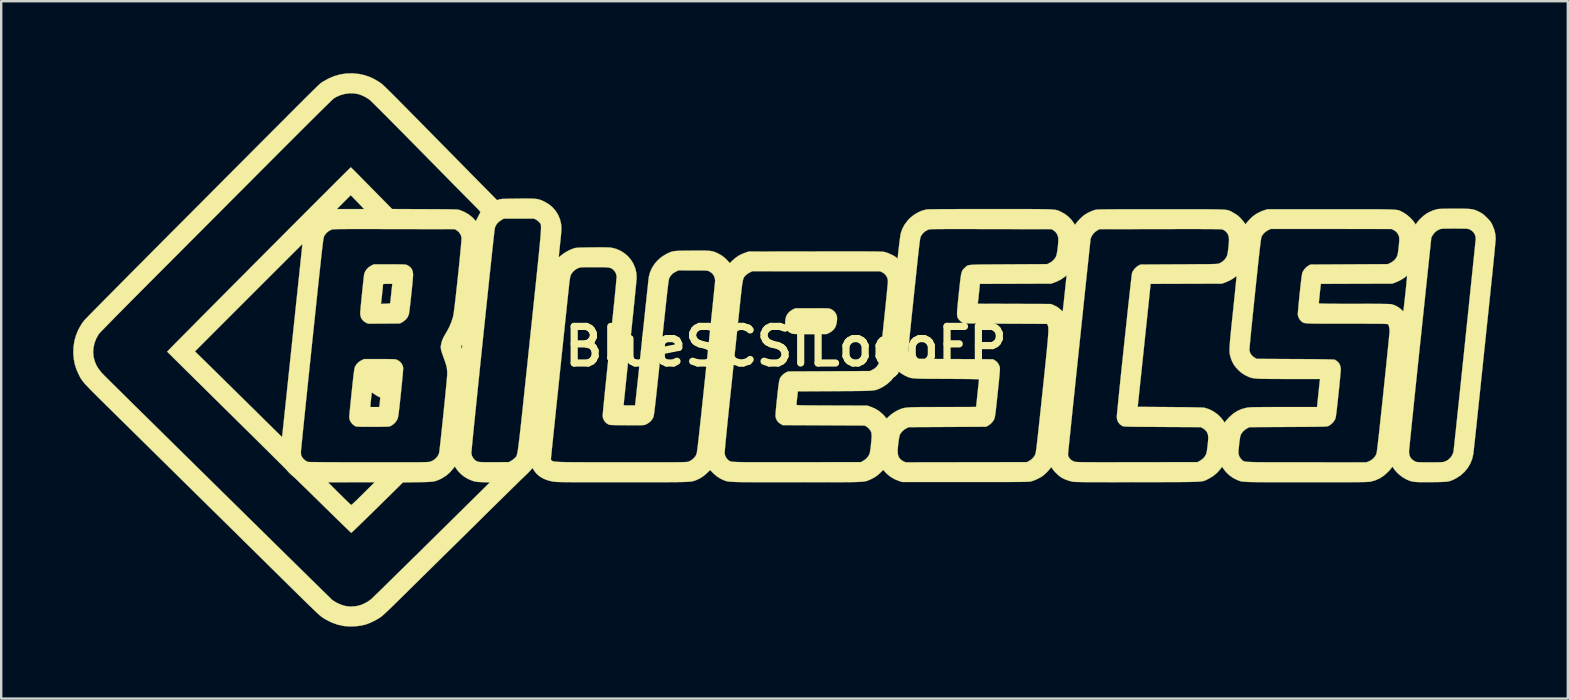
<source format=kicad_pcb>
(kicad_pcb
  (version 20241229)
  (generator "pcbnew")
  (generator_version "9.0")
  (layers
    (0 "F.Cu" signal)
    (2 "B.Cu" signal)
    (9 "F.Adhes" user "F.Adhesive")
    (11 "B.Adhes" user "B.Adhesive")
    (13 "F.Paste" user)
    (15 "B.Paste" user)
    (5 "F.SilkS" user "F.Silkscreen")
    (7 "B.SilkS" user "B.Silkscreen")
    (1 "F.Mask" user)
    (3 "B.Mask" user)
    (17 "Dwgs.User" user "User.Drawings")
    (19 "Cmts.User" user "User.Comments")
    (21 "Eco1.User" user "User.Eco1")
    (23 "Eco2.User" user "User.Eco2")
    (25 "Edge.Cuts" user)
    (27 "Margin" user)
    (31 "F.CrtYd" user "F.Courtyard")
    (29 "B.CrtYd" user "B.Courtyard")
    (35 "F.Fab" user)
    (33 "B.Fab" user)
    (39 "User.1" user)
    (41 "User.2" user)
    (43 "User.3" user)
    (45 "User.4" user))
  (footprint "BlueSCSILogoFP"
    (layer "F.Cu")
    (at 29.684 11.381)
    (property "Reference" "BlueSCSILogoFP" (at 0 0 0) (layer "F.SilkS") (effects (font (size 1.524 1.524) (thickness 0.3))))
    (attr through_hole)
    (fp_poly (pts (xy 1.101 -1.592) (xy 1.273 -1.591) (xy 1.415 -1.591) (xy 1.531 -1.591) (xy 1.622 -1.59) (xy 1.693 -1.588) (xy 1.747 -1.585) (xy 1.788 -1.581) (xy 1.819 -1.577) (xy 1.843 -1.57) (xy 1.864 -1.563) (xy 1.886 -1.553) (xy 1.888 -1.552) (xy 1.988 -1.487) (xy 2.065 -1.398) (xy 2.109 -1.314) (xy 2.124 -1.265) (xy 2.131 -1.214) (xy 2.132 -1.148) (xy 2.129 -1.08) (xy 2.107 -0.931) (xy 2.062 -0.806) (xy 1.992 -0.702) (xy 1.896 -0.618) (xy 1.796 -0.561) (xy 1.702 -0.516) (xy 1.024 -0.513) (xy 0.874 -0.513) (xy 0.731 -0.514) (xy 0.602 -0.515) (xy 0.488 -0.517) (xy 0.396 -0.519) (xy 0.328 -0.522) (xy 0.289 -0.525) (xy 0.284 -0.526) (xy 0.213 -0.552) (xy 0.139 -0.594) (xy 0.077 -0.641) (xy 0.064 -0.655) (xy 0.041 -0.689) (xy 0.013 -0.74) (xy -0.002 -0.77) (xy -0.019 -0.814) (xy -0.029 -0.854) (xy -0.033 -0.903) (xy -0.031 -0.968) (xy -0.028 -1.02) (xy -0.016 -1.142) (xy 0.009 -1.241) (xy 0.047 -1.323) (xy 0.103 -1.398) (xy 0.124 -1.42) (xy 0.18 -1.469) (xy 0.249 -1.517) (xy 0.296 -1.543) (xy 0.398 -1.592) (xy 1.101 -1.592)) (stroke (width 0.01) (type solid)) (fill yes) (layer "F.SilkS"))
    (fp_poly (pts (xy -16.335 -3.42) (xy -16.198 -3.42) (xy -16.088 -3.419) (xy -16.002 -3.418) (xy -15.935 -3.416) (xy -15.885 -3.413) (xy -15.847 -3.409) (xy -15.818 -3.404) (xy -15.795 -3.397) (xy -15.774 -3.388) (xy -15.756 -3.38) (xy -15.659 -3.318) (xy -15.588 -3.236) (xy -15.545 -3.134) (xy -15.528 -3.012) (xy -15.528 -2.997) (xy -15.53 -2.949) (xy -15.535 -2.873) (xy -15.543 -2.774) (xy -15.554 -2.656) (xy -15.566 -2.523) (xy -15.58 -2.38) (xy -15.596 -2.231) (xy -15.612 -2.08) (xy -15.628 -1.932) (xy -15.644 -1.79) (xy -15.659 -1.66) (xy -15.673 -1.545) (xy -15.686 -1.449) (xy -15.696 -1.378) (xy -15.704 -1.335) (xy -15.705 -1.329) (xy -15.756 -1.216) (xy -15.836 -1.116) (xy -15.939 -1.034) (xy -15.968 -1.017) (xy -16.078 -0.957) (xy -16.739 -0.952) (xy -17.399 -0.948) (xy -17.484 -0.988) (xy -17.589 -1.054) (xy -17.665 -1.139) (xy -17.712 -1.24) (xy -17.731 -1.36) (xy -17.731 -1.378) (xy -17.729 -1.414) (xy -17.724 -1.479) (xy -17.716 -1.569) (xy -17.706 -1.679) (xy -17.697 -1.774) (xy -16.868 -1.774) (xy -16.682 -1.781) (xy -16.606 -1.784) (xy -16.543 -1.788) (xy -16.501 -1.792) (xy -16.487 -1.795) (xy -16.483 -1.814) (xy -16.476 -1.861) (xy -16.467 -1.932) (xy -16.457 -2.02) (xy -16.446 -2.122) (xy -16.444 -2.142) (xy -16.432 -2.25) (xy -16.422 -2.351) (xy -16.412 -2.437) (xy -16.405 -2.503) (xy -16.4 -2.542) (xy -16.4 -2.544) (xy -16.391 -2.608) (xy -16.586 -2.608) (xy -16.67 -2.607) (xy -16.726 -2.605) (xy -16.759 -2.601) (xy -16.775 -2.594) (xy -16.781 -2.582) (xy -16.781 -2.575) (xy -16.783 -2.547) (xy -16.788 -2.491) (xy -16.795 -2.414) (xy -16.804 -2.323) (xy -16.814 -2.225) (xy -16.825 -2.124) (xy -16.835 -2.029) (xy -16.844 -1.945) (xy -16.852 -1.878) (xy -16.857 -1.836) (xy -16.858 -1.831) (xy -16.868 -1.774) (xy -17.697 -1.774) (xy -17.694 -1.806) (xy -17.681 -1.945) (xy -17.666 -2.09) (xy -17.651 -2.239) (xy -17.636 -2.387) (xy -17.621 -2.528) (xy -17.607 -2.66) (xy -17.594 -2.777) (xy -17.583 -2.875) (xy -17.574 -2.949) (xy -17.568 -2.996) (xy -17.566 -3.006) (xy -17.528 -3.114) (xy -17.462 -3.215) (xy -17.373 -3.303) (xy -17.267 -3.371) (xy -17.255 -3.377) (xy -17.162 -3.42) (xy -16.502 -3.42) (xy -16.335 -3.42)) (stroke (width 0.01) (type solid)) (fill yes) (layer "F.SilkS"))
    (fp_poly (pts (xy -16.916 0.525) (xy -16.75 0.525) (xy -16.614 0.526) (xy -16.504 0.527) (xy -16.418 0.528) (xy -16.352 0.53) (xy -16.302 0.533) (xy -16.264 0.538) (xy -16.236 0.543) (xy -16.213 0.55) (xy -16.192 0.559) (xy -16.188 0.56) (xy -16.086 0.624) (xy -16.008 0.708) (xy -15.958 0.811) (xy -15.941 0.885) (xy -15.941 0.916) (xy -15.944 0.977) (xy -15.951 1.067) (xy -15.96 1.182) (xy -15.973 1.319) (xy -15.988 1.475) (xy -16.005 1.648) (xy -16.024 1.835) (xy -16.036 1.947) (xy -16.058 2.157) (xy -16.077 2.336) (xy -16.093 2.487) (xy -16.108 2.612) (xy -16.12 2.715) (xy -16.131 2.798) (xy -16.14 2.864) (xy -16.149 2.916) (xy -16.157 2.956) (xy -16.166 2.988) (xy -16.175 3.014) (xy -16.183 3.035) (xy -16.247 3.139) (xy -16.336 3.232) (xy -16.445 3.305) (xy -16.464 3.315) (xy -16.483 3.323) (xy -16.505 3.329) (xy -16.535 3.335) (xy -16.574 3.338) (xy -16.628 3.341) (xy -16.699 3.343) (xy -16.79 3.345) (xy -16.905 3.346) (xy -17.048 3.347) (xy -17.187 3.347) (xy -17.387 3.348) (xy -17.554 3.347) (xy -17.689 3.345) (xy -17.792 3.342) (xy -17.865 3.338) (xy -17.908 3.333) (xy -17.915 3.331) (xy -17.958 3.309) (xy -18.011 3.27) (xy -18.06 3.227) (xy -18.13 3.142) (xy -18.171 3.053) (xy -18.186 2.952) (xy -18.186 2.93) (xy -18.185 2.9) (xy -18.18 2.84) (xy -18.172 2.752) (xy -18.161 2.641) (xy -18.149 2.523) (xy -17.31 2.523) (xy -16.938 2.523) (xy -16.928 2.46) (xy -16.921 2.411) (xy -16.914 2.343) (xy -16.907 2.269) (xy -16.906 2.259) (xy -16.895 2.123) (xy -16.947 2.101) (xy -16.986 2.081) (xy -17.042 2.049) (xy -17.105 2.009) (xy -17.123 1.997) (xy -17.247 1.914) (xy -17.266 2.079) (xy -17.277 2.172) (xy -17.288 2.272) (xy -17.296 2.363) (xy -17.298 2.383) (xy -17.31 2.523) (xy -18.149 2.523) (xy -18.148 2.509) (xy -18.133 2.36) (xy -18.116 2.197) (xy -18.098 2.023) (xy -18.084 1.89) (xy -18.062 1.682) (xy -18.043 1.504) (xy -18.026 1.354) (xy -18.012 1.23) (xy -18 1.129) (xy -17.989 1.047) (xy -17.979 0.983) (xy -17.97 0.933) (xy -17.962 0.895) (xy -17.954 0.865) (xy -17.945 0.842) (xy -17.942 0.837) (xy -17.874 0.727) (xy -17.778 0.637) (xy -17.672 0.574) (xy -17.568 0.525) (xy -16.916 0.525)) (stroke (width 0.01) (type solid)) (fill yes) (layer "F.SilkS"))
    (fp_poly (pts (xy -17.771 -11.348) (xy -17.76 -11.346) (xy -17.551 -11.3) (xy -17.356 -11.235) (xy -17.165 -11.147) (xy -16.969 -11.033) (xy -16.933 -11.01) (xy -16.915 -10.997) (xy -16.898 -10.986) (xy -16.881 -10.974) (xy -16.863 -10.962) (xy -16.844 -10.947) (xy -16.822 -10.929) (xy -16.796 -10.907) (xy -16.766 -10.88) (xy -16.731 -10.847) (xy -16.689 -10.808) (xy -16.64 -10.76) (xy -16.583 -10.704) (xy -16.516 -10.639) (xy -16.439 -10.562) (xy -16.351 -10.474) (xy -16.251 -10.374) (xy -16.138 -10.26) (xy -16.011 -10.132) (xy -15.869 -9.988) (xy -15.711 -9.828) (xy -15.536 -9.651) (xy -15.343 -9.455) (xy -15.131 -9.24) (xy -14.9 -9.006) (xy -14.648 -8.75) (xy -14.375 -8.472) (xy -14.078 -8.172) (xy -14.002 -8.094) (xy -13.832 -7.922) (xy -13.66 -7.747) (xy -13.488 -7.572) (xy -13.318 -7.4) (xy -13.155 -7.234) (xy -13 -7.077) (xy -12.856 -6.931) (xy -12.726 -6.799) (xy -12.613 -6.685) (xy -12.52 -6.591) (xy -12.487 -6.557) (xy -12.031 -6.095) (xy -11.938 -6.124) (xy -11.91 -6.132) (xy -11.875 -6.138) (xy -11.831 -6.143) (xy -11.774 -6.147) (xy -11.701 -6.15) (xy -11.607 -6.153) (xy -11.49 -6.155) (xy -11.347 -6.157) (xy -11.173 -6.159) (xy -11.169 -6.159) (xy -10.977 -6.161) (xy -10.816 -6.161) (xy -10.68 -6.16) (xy -10.566 -6.157) (xy -10.472 -6.152) (xy -10.392 -6.144) (xy -10.323 -6.132) (xy -10.261 -6.117) (xy -10.203 -6.097) (xy -10.144 -6.073) (xy -10.081 -6.043) (xy -10.049 -6.028) (xy -9.87 -5.922) (xy -9.715 -5.793) (xy -9.585 -5.642) (xy -9.481 -5.473) (xy -9.406 -5.287) (xy -9.365 -5.111) (xy -9.358 -5.061) (xy -9.352 -5.013) (xy -9.35 -4.962) (xy -9.35 -4.903) (xy -9.353 -4.833) (xy -9.358 -4.748) (xy -9.367 -4.644) (xy -9.38 -4.516) (xy -9.396 -4.361) (xy -9.406 -4.268) (xy -9.42 -4.135) (xy -9.432 -4.014) (xy -9.443 -3.908) (xy -9.451 -3.821) (xy -9.457 -3.758) (xy -9.46 -3.721) (xy -9.46 -3.714) (xy -9.446 -3.722) (xy -9.413 -3.749) (xy -9.366 -3.788) (xy -9.34 -3.81) (xy -9.239 -3.886) (xy -9.117 -3.96) (xy -8.986 -4.026) (xy -8.859 -4.077) (xy -8.814 -4.091) (xy -8.783 -4.099) (xy -8.747 -4.105) (xy -8.702 -4.111) (xy -8.644 -4.115) (xy -8.57 -4.118) (xy -8.476 -4.121) (xy -8.359 -4.123) (xy -8.215 -4.125) (xy -8.044 -4.127) (xy -7.831 -4.129) (xy -7.652 -4.129) (xy -7.505 -4.127) (xy -7.392 -4.124) (xy -7.31 -4.12) (xy -7.266 -4.115) (xy -7.068 -4.064) (xy -6.885 -3.985) (xy -6.719 -3.88) (xy -6.573 -3.753) (xy -6.448 -3.605) (xy -6.348 -3.44) (xy -6.274 -3.259) (xy -6.229 -3.067) (xy -6.215 -2.878) (xy -6.216 -2.848) (xy -6.221 -2.786) (xy -6.23 -2.694) (xy -6.241 -2.574) (xy -6.255 -2.428) (xy -6.272 -2.259) (xy -6.291 -2.067) (xy -6.312 -1.855) (xy -6.336 -1.625) (xy -6.361 -1.379) (xy -6.388 -1.118) (xy -6.416 -0.845) (xy -6.446 -0.562) (xy -6.476 -0.27) (xy -6.485 -0.182) (xy -6.516 0.11) (xy -6.546 0.394) (xy -6.574 0.666) (xy -6.602 0.926) (xy -6.627 1.171) (xy -6.651 1.4) (xy -6.673 1.611) (xy -6.693 1.802) (xy -6.71 1.971) (xy -6.725 2.116) (xy -6.738 2.235) (xy -6.747 2.327) (xy -6.753 2.39) (xy -6.756 2.421) (xy -6.756 2.425) (xy -6.754 2.437) (xy -6.743 2.445) (xy -6.718 2.451) (xy -6.675 2.454) (xy -6.607 2.455) (xy -6.52 2.455) (xy -6.284 2.455) (xy -6.274 2.4) (xy -6.272 2.377) (xy -6.265 2.323) (xy -6.256 2.238) (xy -6.244 2.126) (xy -6.229 1.987) (xy -6.212 1.823) (xy -6.192 1.638) (xy -6.17 1.432) (xy -6.146 1.207) (xy -6.12 0.965) (xy -6.093 0.708) (xy -6.065 0.439) (xy -6.035 0.158) (xy -6.004 -0.133) (xy -5.993 -0.237) (xy -5.963 -0.531) (xy -5.932 -0.816) (xy -5.903 -1.091) (xy -5.875 -1.354) (xy -5.849 -1.603) (xy -5.824 -1.836) (xy -5.801 -2.052) (xy -5.78 -2.247) (xy -5.761 -2.421) (xy -5.745 -2.571) (xy -5.731 -2.696) (xy -5.72 -2.794) (xy -5.712 -2.862) (xy -5.708 -2.899) (xy -5.707 -2.904) (xy -5.657 -3.091) (xy -5.577 -3.271) (xy -5.469 -3.439) (xy -5.337 -3.591) (xy -5.183 -3.724) (xy -5.012 -3.834) (xy -4.997 -3.842) (xy -4.931 -3.875) (xy -4.874 -3.903) (xy -4.821 -3.926) (xy -4.769 -3.944) (xy -4.713 -3.959) (xy -4.65 -3.97) (xy -4.576 -3.977) (xy -4.486 -3.983) (xy -4.378 -3.987) (xy -4.246 -3.989) (xy -4.089 -3.991) (xy -3.928 -3.992) (xy -3.735 -3.994) (xy -3.572 -3.994) (xy -3.436 -3.994) (xy -3.323 -3.991) (xy -3.228 -3.986) (xy -3.149 -3.979) (xy -3.081 -3.968) (xy -3.022 -3.954) (xy -2.966 -3.936) (xy -2.911 -3.914) (xy -2.853 -3.886) (xy -2.802 -3.862) (xy -2.674 -3.789) (xy -2.561 -3.705) (xy -2.453 -3.602) (xy -2.392 -3.535) (xy -2.337 -3.471) (xy -2.231 -3.574) (xy -2.099 -3.691) (xy -1.961 -3.784) (xy -1.808 -3.861) (xy -1.668 -3.914) (xy -1.549 -3.954) (xy 1.215 -3.958) (xy 1.578 -3.959) (xy 1.909 -3.959) (xy 2.21 -3.96) (xy 2.481 -3.96) (xy 2.725 -3.96) (xy 2.942 -3.96) (xy 3.135 -3.959) (xy 3.305 -3.959) (xy 3.454 -3.958) (xy 3.583 -3.957) (xy 3.693 -3.956) (xy 3.786 -3.955) (xy 3.865 -3.953) (xy 3.929 -3.951) (xy 3.982 -3.949) (xy 4.024 -3.947) (xy 4.056 -3.944) (xy 4.082 -3.941) (xy 4.101 -3.938) (xy 4.102 -3.937) (xy 4.189 -3.913) (xy 4.288 -3.876) (xy 4.39 -3.831) (xy 4.485 -3.782) (xy 4.562 -3.734) (xy 4.594 -3.709) (xy 4.63 -3.679) (xy 4.653 -3.662) (xy 4.657 -3.66) (xy 4.659 -3.696) (xy 4.665 -3.76) (xy 4.674 -3.845) (xy 4.685 -3.948) (xy 4.698 -4.061) (xy 4.712 -4.181) (xy 4.727 -4.3) (xy 4.741 -4.414) (xy 4.755 -4.517) (xy 4.767 -4.603) (xy 4.776 -4.667) (xy 4.783 -4.704) (xy 4.783 -4.706) (xy 4.851 -4.902) (xy 4.951 -5.085) (xy 5.082 -5.256) (xy 5.159 -5.337) (xy 5.317 -5.47) (xy 5.492 -5.578) (xy 5.676 -5.659) (xy 5.852 -5.705) (xy 5.883 -5.708) (xy 5.943 -5.711) (xy 6.034 -5.713) (xy 6.155 -5.715) (xy 6.307 -5.717) (xy 6.49 -5.719) (xy 6.705 -5.72) (xy 6.952 -5.721) (xy 7.231 -5.722) (xy 7.543 -5.723) (xy 7.888 -5.723) (xy 8.266 -5.723) (xy 8.516 -5.723) (xy 8.868 -5.723) (xy 9.188 -5.723) (xy 9.477 -5.723) (xy 9.737 -5.723) (xy 9.97 -5.722) (xy 10.178 -5.722) (xy 10.362 -5.721) (xy 10.523 -5.72) (xy 10.664 -5.718) (xy 10.786 -5.716) (xy 10.892 -5.714) (xy 10.981 -5.711) (xy 11.057 -5.707) (xy 11.121 -5.703) (xy 11.174 -5.698) (xy 11.218 -5.692) (xy 11.256 -5.685) (xy 11.288 -5.678) (xy 11.316 -5.669) (xy 11.342 -5.66) (xy 11.368 -5.65) (xy 11.394 -5.638) (xy 11.413 -5.63) (xy 11.587 -5.541) (xy 11.745 -5.426) (xy 11.882 -5.291) (xy 11.973 -5.171) (xy 12.044 -5.062) (xy 12.086 -5.126) (xy 12.136 -5.191) (xy 12.204 -5.267) (xy 12.282 -5.345) (xy 12.362 -5.418) (xy 12.434 -5.477) (xy 12.451 -5.489) (xy 12.585 -5.569) (xy 12.741 -5.64) (xy 12.862 -5.683) (xy 12.876 -5.687) (xy 12.892 -5.691) (xy 12.912 -5.695) (xy 12.936 -5.698) (xy 12.968 -5.701) (xy 13.007 -5.703) (xy 13.057 -5.705) (xy 13.118 -5.707) (xy 13.192 -5.709) (xy 13.281 -5.71) (xy 13.386 -5.711) (xy 13.509 -5.712) (xy 13.652 -5.713) (xy 13.816 -5.714) (xy 14.003 -5.714) (xy 14.214 -5.714) (xy 14.452 -5.715) (xy 14.717 -5.715) (xy 15.012 -5.715) (xy 15.337 -5.715) (xy 15.621 -5.715) (xy 15.977 -5.715) (xy 16.301 -5.715) (xy 16.595 -5.715) (xy 16.859 -5.715) (xy 17.096 -5.715) (xy 17.308 -5.715) (xy 17.495 -5.714) (xy 17.66 -5.713) (xy 17.805 -5.711) (xy 17.93 -5.709) (xy 18.038 -5.707) (xy 18.13 -5.704) (xy 18.208 -5.7) (xy 18.273 -5.695) (xy 18.328 -5.69) (xy 18.373 -5.684) (xy 18.411 -5.676) (xy 18.443 -5.668) (xy 18.47 -5.659) (xy 18.495 -5.648) (xy 18.519 -5.637) (xy 18.544 -5.623) (xy 18.57 -5.609) (xy 18.599 -5.594) (xy 18.773 -5.491) (xy 18.923 -5.365) (xy 19.054 -5.213) (xy 19.082 -5.175) (xy 19.116 -5.128) (xy 19.14 -5.098) (xy 19.151 -5.089) (xy 19.152 -5.09) (xy 19.163 -5.112) (xy 19.193 -5.152) (xy 19.238 -5.204) (xy 19.291 -5.263) (xy 19.349 -5.323) (xy 19.405 -5.378) (xy 19.445 -5.415) (xy 19.556 -5.498) (xy 19.689 -5.575) (xy 19.833 -5.641) (xy 19.931 -5.675) (xy 20.058 -5.715) (xy 22.716 -5.715) (xy 23.072 -5.715) (xy 23.397 -5.715) (xy 23.69 -5.715) (xy 23.955 -5.715) (xy 24.192 -5.715) (xy 24.404 -5.715) (xy 24.592 -5.714) (xy 24.757 -5.713) (xy 24.902 -5.711) (xy 25.027 -5.709) (xy 25.136 -5.707) (xy 25.228 -5.703) (xy 25.307 -5.699) (xy 25.373 -5.694) (xy 25.428 -5.688) (xy 25.474 -5.682) (xy 25.512 -5.674) (xy 25.545 -5.665) (xy 25.573 -5.655) (xy 25.599 -5.643) (xy 25.624 -5.631) (xy 25.65 -5.617) (xy 25.678 -5.601) (xy 25.71 -5.584) (xy 25.713 -5.582) (xy 25.809 -5.524) (xy 25.912 -5.446) (xy 26.013 -5.356) (xy 26.103 -5.263) (xy 26.172 -5.175) (xy 26.18 -5.162) (xy 26.234 -5.079) (xy 26.276 -5.143) (xy 26.333 -5.217) (xy 26.41 -5.301) (xy 26.498 -5.386) (xy 26.588 -5.463) (xy 26.666 -5.521) (xy 26.787 -5.591) (xy 26.924 -5.653) (xy 27.061 -5.7) (xy 27.154 -5.722) (xy 27.198 -5.727) (xy 27.271 -5.731) (xy 27.372 -5.735) (xy 27.495 -5.737) (xy 27.638 -5.739) (xy 27.797 -5.74) (xy 27.863 -5.74) (xy 28.044 -5.74) (xy 28.195 -5.739) (xy 28.321 -5.736) (xy 28.425 -5.731) (xy 28.511 -5.724) (xy 28.584 -5.714) (xy 28.648 -5.701) (xy 28.706 -5.683) (xy 28.764 -5.661) (xy 28.824 -5.634) (xy 28.871 -5.611) (xy 28.945 -5.573) (xy 29.006 -5.536) (xy 29.062 -5.494) (xy 29.124 -5.439) (xy 29.195 -5.37) (xy 29.267 -5.296) (xy 29.32 -5.237) (xy 29.361 -5.183) (xy 29.396 -5.124) (xy 29.432 -5.054) (xy 29.435 -5.046) (xy 29.51 -4.86) (xy 29.553 -4.672) (xy 29.566 -4.487) (xy 29.564 -4.453) (xy 29.559 -4.388) (xy 29.55 -4.293) (xy 29.539 -4.172) (xy 29.525 -4.025) (xy 29.509 -3.855) (xy 29.49 -3.664) (xy 29.469 -3.455) (xy 29.446 -3.229) (xy 29.422 -2.989) (xy 29.396 -2.737) (xy 29.368 -2.475) (xy 29.34 -2.205) (xy 29.337 -2.171) (xy 29.303 -1.846) (xy 29.266 -1.494) (xy 29.226 -1.12) (xy 29.185 -0.73) (xy 29.143 -0.329) (xy 29.101 0.077) (xy 29.058 0.481) (xy 29.017 0.879) (xy 28.976 1.265) (xy 28.938 1.632) (xy 28.902 1.974) (xy 28.88 2.184) (xy 28.852 2.455) (xy 28.824 2.717) (xy 28.797 2.97) (xy 28.772 3.211) (xy 28.748 3.437) (xy 28.725 3.648) (xy 28.705 3.839) (xy 28.686 4.01) (xy 28.67 4.159) (xy 28.657 4.282) (xy 28.646 4.379) (xy 28.638 4.446) (xy 28.634 4.482) (xy 28.633 4.484) (xy 28.585 4.69) (xy 28.507 4.884) (xy 28.4 5.064) (xy 28.267 5.225) (xy 28.111 5.366) (xy 27.933 5.483) (xy 27.881 5.51) (xy 27.815 5.543) (xy 27.757 5.57) (xy 27.704 5.591) (xy 27.65 5.608) (xy 27.593 5.621) (xy 27.526 5.631) (xy 27.448 5.638) (xy 27.353 5.643) (xy 27.237 5.647) (xy 27.096 5.649) (xy 26.926 5.651) (xy 26.892 5.651) (xy 26.705 5.653) (xy 26.547 5.653) (xy 26.415 5.652) (xy 26.305 5.648) (xy 26.213 5.642) (xy 26.136 5.633) (xy 26.068 5.62) (xy 26.007 5.603) (xy 25.947 5.581) (xy 25.886 5.555) (xy 25.832 5.529) (xy 25.695 5.45) (xy 25.563 5.352) (xy 25.444 5.242) (xy 25.346 5.126) (xy 25.304 5.062) (xy 25.281 5.029) (xy 25.266 5.013) (xy 25.265 5.012) (xy 25.25 5.025) (xy 25.229 5.057) (xy 25.226 5.06) (xy 25.203 5.092) (xy 25.162 5.14) (xy 25.108 5.197) (xy 25.059 5.248) (xy 24.898 5.389) (xy 24.727 5.499) (xy 24.544 5.579) (xy 24.363 5.629) (xy 24.343 5.632) (xy 24.318 5.636) (xy 24.286 5.639) (xy 24.246 5.641) (xy 24.197 5.644) (xy 24.136 5.646) (xy 24.062 5.648) (xy 23.973 5.649) (xy 23.868 5.651) (xy 23.745 5.652) (xy 23.603 5.653) (xy 23.439 5.654) (xy 23.252 5.654) (xy 23.041 5.655) (xy 22.804 5.655) (xy 22.538 5.655) (xy 22.244 5.655) (xy 21.918 5.655) (xy 21.688 5.655) (xy 21.338 5.655) (xy 21.019 5.655) (xy 20.731 5.655) (xy 20.473 5.655) (xy 20.241 5.655) (xy 20.034 5.654) (xy 19.852 5.653) (xy 19.691 5.652) (xy 19.551 5.65) (xy 19.43 5.648) (xy 19.326 5.646) (xy 19.237 5.643) (xy 19.162 5.639) (xy 19.099 5.635) (xy 19.046 5.63) (xy 19.002 5.625) (xy 18.965 5.618) (xy 18.933 5.611) (xy 18.905 5.603) (xy 18.878 5.594) (xy 18.853 5.584) (xy 18.825 5.573) (xy 18.813 5.568) (xy 18.641 5.483) (xy 18.482 5.373) (xy 18.343 5.243) (xy 18.237 5.11) (xy 18.171 5.011) (xy 18.104 5.101) (xy 17.963 5.262) (xy 17.798 5.399) (xy 17.612 5.51) (xy 17.592 5.52) (xy 17.557 5.536) (xy 17.527 5.552) (xy 17.5 5.566) (xy 17.473 5.578) (xy 17.445 5.589) (xy 17.415 5.599) (xy 17.381 5.608) (xy 17.341 5.615) (xy 17.293 5.622) (xy 17.236 5.628) (xy 17.168 5.632) (xy 17.087 5.637) (xy 16.992 5.64) (xy 16.881 5.643) (xy 16.753 5.645) (xy 16.604 5.646) (xy 16.435 5.648) (xy 16.243 5.649) (xy 16.027 5.65) (xy 15.784 5.65) (xy 15.514 5.651) (xy 15.213 5.651) (xy 14.882 5.652) (xy 14.681 5.652) (xy 14.298 5.653) (xy 13.948 5.653) (xy 13.63 5.654) (xy 13.343 5.653) (xy 13.086 5.653) (xy 12.858 5.653) (xy 12.658 5.652) (xy 12.486 5.651) (xy 12.341 5.649) (xy 12.221 5.647) (xy 12.126 5.645) (xy 12.054 5.643) (xy 12.005 5.641) (xy 11.982 5.638) (xy 11.849 5.611) (xy 11.711 5.568) (xy 11.58 5.515) (xy 11.47 5.455) (xy 11.468 5.454) (xy 11.385 5.392) (xy 11.294 5.312) (xy 11.207 5.224) (xy 11.133 5.138) (xy 11.105 5.101) (xy 11.052 5.024) (xy 11.017 5.073) (xy 10.964 5.139) (xy 10.895 5.215) (xy 10.818 5.291) (xy 10.743 5.358) (xy 10.705 5.388) (xy 10.614 5.448) (xy 10.502 5.508) (xy 10.383 5.562) (xy 10.27 5.605) (xy 10.228 5.617) (xy 10.212 5.621) (xy 10.193 5.625) (xy 10.17 5.628) (xy 10.141 5.631) (xy 10.104 5.634) (xy 10.058 5.636) (xy 10.002 5.638) (xy 9.933 5.64) (xy 9.85 5.641) (xy 9.751 5.643) (xy 9.635 5.644) (xy 9.5 5.645) (xy 9.345 5.645) (xy 9.167 5.646) (xy 8.965 5.646) (xy 8.738 5.647) (xy 8.484 5.647) (xy 8.201 5.647) (xy 7.888 5.647) (xy 7.542 5.647) (xy 4.851 5.647) (xy 4.724 5.608) (xy 4.527 5.529) (xy 4.35 5.424) (xy 4.193 5.292) (xy 4.122 5.215) (xy 4.057 5.139) (xy 3.944 5.252) (xy 3.825 5.36) (xy 3.704 5.446) (xy 3.568 5.519) (xy 3.514 5.544) (xy 3.481 5.558) (xy 3.451 5.571) (xy 3.423 5.583) (xy 3.395 5.594) (xy 3.365 5.603) (xy 3.332 5.612) (xy 3.294 5.619) (xy 3.249 5.626) (xy 3.196 5.632) (xy 3.132 5.637) (xy 3.058 5.641) (xy 2.97 5.645) (xy 2.867 5.648) (xy 2.747 5.65) (xy 2.61 5.652) (xy 2.453 5.653) (xy 2.274 5.654) (xy 2.073 5.655) (xy 1.846 5.655) (xy 1.594 5.656) (xy 1.313 5.656) (xy 1.003 5.656) (xy 0.662 5.655) (xy 0.428 5.655) (xy 0.069 5.655) (xy -0.258 5.655) (xy -0.555 5.655) (xy -0.823 5.655) (xy -1.063 5.655) (xy -1.278 5.654) (xy -1.469 5.653) (xy -1.637 5.652) (xy -1.784 5.651) (xy -1.913 5.649) (xy -2.024 5.647) (xy -2.119 5.644) (xy -2.2 5.641) (xy -2.268 5.637) (xy -2.325 5.633) (xy -2.373 5.628) (xy -2.414 5.622) (xy -2.448 5.616) (xy -2.478 5.609) (xy -2.506 5.601) (xy -2.532 5.592) (xy -2.559 5.582) (xy -2.588 5.571) (xy -2.589 5.57) (xy -2.726 5.506) (xy -2.864 5.418) (xy -2.993 5.311) (xy -3.038 5.267) (xy -3.154 5.146) (xy -3.269 5.26) (xy -3.418 5.389) (xy -3.576 5.493) (xy -3.723 5.562) (xy -3.754 5.574) (xy -3.782 5.585) (xy -3.809 5.594) (xy -3.836 5.603) (xy -3.866 5.611) (xy -3.899 5.618) (xy -3.938 5.625) (xy -3.984 5.63) (xy -4.039 5.635) (xy -4.104 5.639) (xy -4.181 5.643) (xy -4.271 5.646) (xy -4.377 5.648) (xy -4.499 5.65) (xy -4.64 5.652) (xy -4.801 5.653) (xy -4.983 5.654) (xy -5.189 5.655) (xy -5.42 5.655) (xy -5.677 5.655) (xy -5.963 5.655) (xy -6.278 5.655) (xy -6.625 5.655) (xy -6.808 5.655) (xy -7.165 5.655) (xy -7.489 5.655) (xy -7.783 5.655) (xy -8.048 5.655) (xy -8.285 5.655) (xy -8.497 5.655) (xy -8.685 5.654) (xy -8.851 5.654) (xy -8.996 5.653) (xy -9.122 5.652) (xy -9.23 5.651) (xy -9.323 5.649) (xy -9.402 5.648) (xy -9.468 5.646) (xy -9.524 5.644) (xy -9.57 5.641) (xy -9.609 5.638) (xy -9.643 5.635) (xy -9.672 5.632) (xy -9.698 5.628) (xy -9.724 5.624) (xy -9.738 5.621) (xy -9.932 5.573) (xy -10.107 5.502) (xy -10.26 5.41) (xy -10.388 5.298) (xy -10.489 5.168) (xy -10.493 5.163) (xy -10.554 5.063) (xy -10.624 5.144) (xy -10.667 5.193) (xy -10.707 5.236) (xy -10.729 5.258) (xy -10.752 5.281) (xy -10.796 5.322) (xy -10.853 5.378) (xy -10.921 5.443) (xy -10.974 5.494) (xy -11.031 5.548) (xy -11.108 5.623) (xy -11.201 5.715) (xy -11.308 5.82) (xy -11.425 5.934) (xy -11.548 6.055) (xy -11.673 6.178) (xy -11.761 6.264) (xy -11.889 6.391) (xy -12.019 6.519) (xy -12.153 6.651) (xy -12.292 6.788) (xy -12.438 6.932) (xy -12.593 7.085) (xy -12.759 7.249) (xy -12.938 7.426) (xy -13.132 7.617) (xy -13.342 7.824) (xy -13.571 8.049) (xy -13.82 8.295) (xy -14.092 8.562) (xy -14.101 8.572) (xy -14.246 8.714) (xy -14.407 8.873) (xy -14.577 9.04) (xy -14.75 9.211) (xy -14.919 9.378) (xy -15.078 9.535) (xy -15.222 9.676) (xy -15.248 9.703) (xy -15.472 9.923) (xy -15.672 10.121) (xy -15.851 10.298) (xy -16.011 10.454) (xy -16.151 10.592) (xy -16.275 10.713) (xy -16.382 10.818) (xy -16.476 10.909) (xy -16.556 10.986) (xy -16.624 11.051) (xy -16.682 11.105) (xy -16.732 11.15) (xy -16.773 11.187) (xy -16.809 11.218) (xy -16.839 11.243) (xy -16.867 11.264) (xy -16.892 11.282) (xy -16.916 11.298) (xy -16.919 11.3) (xy -17.049 11.379) (xy -17.193 11.455) (xy -17.338 11.521) (xy -17.472 11.572) (xy -17.501 11.581) (xy -17.704 11.629) (xy -17.924 11.656) (xy -18.149 11.663) (xy -18.369 11.649) (xy -18.432 11.64) (xy -18.681 11.585) (xy -18.925 11.496) (xy -19.165 11.375) (xy -19.285 11.3) (xy -19.309 11.283) (xy -19.334 11.265) (xy -19.361 11.245) (xy -19.392 11.22) (xy -19.426 11.191) (xy -19.467 11.154) (xy -19.516 11.11) (xy -19.573 11.057) (xy -19.64 10.993) (xy -19.719 10.917) (xy -19.811 10.828) (xy -19.917 10.725) (xy -20.039 10.606) (xy -20.178 10.469) (xy -20.335 10.315) (xy -20.512 10.14) (xy -20.71 9.945) (xy -20.931 9.727) (xy -20.955 9.703) (xy -21.093 9.567) (xy -21.249 9.413) (xy -21.417 9.247) (xy -21.589 9.077) (xy -21.761 8.908) (xy -21.924 8.747) (xy -22.073 8.6) (xy -22.106 8.567) (xy -22.252 8.424) (xy -22.416 8.263) (xy -22.59 8.091) (xy -22.769 7.914) (xy -22.945 7.74) (xy -23.113 7.575) (xy -23.265 7.425) (xy -23.3 7.391) (xy -23.65 7.046) (xy -24.02 6.682) (xy -24.406 6.301) (xy -24.804 5.908) (xy -25.212 5.507) (xy -25.623 5.101) (xy -25.671 5.054) (xy -25.815 4.912) (xy -25.976 4.754) (xy -26.146 4.586) (xy -26.319 4.416) (xy -26.488 4.248) (xy -26.648 4.091) (xy -26.791 3.95) (xy -26.814 3.927) (xy -26.946 3.797) (xy -27.096 3.649) (xy -27.26 3.488) (xy -27.43 3.32) (xy -27.601 3.151) (xy -27.769 2.986) (xy -27.926 2.831) (xy -28.016 2.742) (xy -28.22 2.542) (xy -28.4 2.364) (xy -28.56 2.206) (xy -28.7 2.067) (xy -28.822 1.945) (xy -28.928 1.839) (xy -29.019 1.746) (xy -29.095 1.666) (xy -29.16 1.596) (xy -29.215 1.536) (xy -29.26 1.482) (xy -29.298 1.434) (xy -29.33 1.391) (xy -29.357 1.349) (xy -29.382 1.308) (xy -29.405 1.266) (xy -29.428 1.222) (xy -29.452 1.173) (xy -29.455 1.168) (xy -29.549 0.957) (xy -29.616 0.748) (xy -29.659 0.531) (xy -29.679 0.3) (xy -29.678 0.238) (xy -28.853 0.238) (xy -28.836 0.429) (xy -28.831 0.453) (xy -28.785 0.625) (xy -28.717 0.785) (xy -28.624 0.938) (xy -28.504 1.09) (xy -28.398 1.202) (xy -28.323 1.277) (xy -28.227 1.371) (xy -28.113 1.485) (xy -27.979 1.617) (xy -27.828 1.766) (xy -27.661 1.931) (xy -27.478 2.112) (xy -27.281 2.306) (xy -27.07 2.514) (xy -26.846 2.735) (xy -26.611 2.966) (xy -26.366 3.208) (xy -26.111 3.459) (xy -25.848 3.719) (xy -25.577 3.986) (xy -25.3 4.259) (xy -25.017 4.538) (xy -24.729 4.821) (xy -24.439 5.107) (xy -24.145 5.396) (xy -23.85 5.687) (xy -23.555 5.978) (xy -23.26 6.268) (xy -22.966 6.557) (xy -22.675 6.843) (xy -22.388 7.127) (xy -22.105 7.405) (xy -21.827 7.678) (xy -21.556 7.945) (xy -21.292 8.205) (xy -21.037 8.456) (xy -20.791 8.698) (xy -20.556 8.929) (xy -20.332 9.149) (xy -20.121 9.357) (xy -19.923 9.552) (xy -19.739 9.732) (xy -19.571 9.897) (xy -19.419 10.046) (xy -19.285 10.178) (xy -19.169 10.291) (xy -19.073 10.385) (xy -18.997 10.46) (xy -18.943 10.513) (xy -18.911 10.544) (xy -18.902 10.552) (xy -18.852 10.588) (xy -18.782 10.632) (xy -18.703 10.677) (xy -18.652 10.703) (xy -18.477 10.776) (xy -18.303 10.82) (xy -18.125 10.834) (xy -17.934 10.821) (xy -17.871 10.812) (xy -17.725 10.775) (xy -17.573 10.714) (xy -17.426 10.635) (xy -17.295 10.543) (xy -17.268 10.521) (xy -17.245 10.499) (xy -17.199 10.455) (xy -17.131 10.389) (xy -17.042 10.304) (xy -16.935 10.199) (xy -16.809 10.076) (xy -16.667 9.936) (xy -16.509 9.781) (xy -16.336 9.612) (xy -16.151 9.43) (xy -15.953 9.236) (xy -15.745 9.031) (xy -15.527 8.816) (xy -15.3 8.594) (xy -15.067 8.364) (xy -14.828 8.128) (xy -14.742 8.043) (xy -12.33 5.664) (xy -12.621 5.653) (xy -12.735 5.648) (xy -12.823 5.643) (xy -12.892 5.635) (xy -12.95 5.625) (xy -13.004 5.612) (xy -13.047 5.598) (xy -13.231 5.523) (xy -13.401 5.423) (xy -13.551 5.302) (xy -13.677 5.164) (xy -13.719 5.104) (xy -13.789 4.998) (xy -13.848 5.077) (xy -13.993 5.245) (xy -14.158 5.387) (xy -14.341 5.5) (xy -14.402 5.529) (xy -14.464 5.557) (xy -14.52 5.581) (xy -14.572 5.599) (xy -14.625 5.614) (xy -14.684 5.625) (xy -14.752 5.634) (xy -14.834 5.64) (xy -14.933 5.645) (xy -15.055 5.649) (xy -15.204 5.652) (xy -15.337 5.654) (xy -15.95 5.664) (xy -17.017 6.714) (xy -17.176 6.87) (xy -17.328 7.019) (xy -17.471 7.159) (xy -17.604 7.288) (xy -17.725 7.406) (xy -17.833 7.51) (xy -17.925 7.598) (xy -17.999 7.67) (xy -18.055 7.722) (xy -18.09 7.754) (xy -18.102 7.764) (xy -18.116 7.752) (xy -18.153 7.719) (xy -18.21 7.664) (xy -18.287 7.591) (xy -18.38 7.5) (xy -18.49 7.394) (xy -18.614 7.274) (xy -18.75 7.141) (xy -18.897 6.997) (xy -19.052 6.845) (xy -19.216 6.684) (xy -19.283 6.618) (xy -19.45 6.454) (xy -19.611 6.296) (xy -19.763 6.147) (xy -19.906 6.006) (xy -20.038 5.878) (xy -20.157 5.762) (xy -20.261 5.661) (xy -20.265 5.657) (xy -19.075 5.657) (xy -18.598 6.13) (xy -18.493 6.234) (xy -18.395 6.33) (xy -18.307 6.416) (xy -18.231 6.489) (xy -18.17 6.546) (xy -18.127 6.585) (xy -18.104 6.603) (xy -18.101 6.604) (xy -18.085 6.592) (xy -18.048 6.559) (xy -17.992 6.508) (xy -17.92 6.439) (xy -17.835 6.357) (xy -17.74 6.264) (xy -17.637 6.162) (xy -17.604 6.13) (xy -17.128 5.656) (xy -18.102 5.656) (xy -19.075 5.657) (xy -20.265 5.657) (xy -20.348 5.576) (xy -20.418 5.51) (xy -20.467 5.463) (xy -20.494 5.437) (xy -20.498 5.434) (xy -20.561 5.382) (xy -20.635 5.314) (xy -20.709 5.24) (xy -20.772 5.171) (xy -20.792 5.148) (xy -20.81 5.128) (xy -20.851 5.086) (xy -20.914 5.023) (xy -20.997 4.939) (xy -21.1 4.837) (xy -21.221 4.716) (xy -21.359 4.579) (xy -21.513 4.425) (xy -21.54 4.399) (xy -20.201 4.399) (xy -20.197 4.466) (xy -20.188 4.528) (xy -20.178 4.561) (xy -20.122 4.654) (xy -20.041 4.734) (xy -19.944 4.793) (xy -19.897 4.81) (xy -19.875 4.812) (xy -19.822 4.813) (xy -19.738 4.815) (xy -19.626 4.816) (xy -19.488 4.817) (xy -19.326 4.819) (xy -19.142 4.82) (xy -18.937 4.821) (xy -18.713 4.822) (xy -18.473 4.823) (xy -18.218 4.823) (xy -17.95 4.824) (xy -17.671 4.824) (xy -17.383 4.825) (xy -17.369 4.825) (xy -17.03 4.825) (xy -16.723 4.825) (xy -16.447 4.825) (xy -16.199 4.825) (xy -15.979 4.825) (xy -15.784 4.824) (xy -15.613 4.824) (xy -15.464 4.823) (xy -15.336 4.823) (xy -15.226 4.822) (xy -15.134 4.82) (xy -15.057 4.819) (xy -14.993 4.817) (xy -14.942 4.815) (xy -14.902 4.812) (xy -14.87 4.81) (xy -14.845 4.807) (xy -14.825 4.803) (xy -14.809 4.799) (xy -14.795 4.795) (xy -14.791 4.793) (xy -14.678 4.738) (xy -14.58 4.66) (xy -14.502 4.565) (xy -14.451 4.459) (xy -14.448 4.449) (xy -13.1 4.449) (xy -13.1 4.45) (xy -13.076 4.551) (xy -13.028 4.645) (xy -12.961 4.722) (xy -12.948 4.732) (xy -12.916 4.755) (xy -12.887 4.774) (xy -12.854 4.789) (xy -12.816 4.801) (xy -12.769 4.81) (xy -12.708 4.816) (xy -12.631 4.819) (xy -12.532 4.821) (xy -12.41 4.822) (xy -12.26 4.822) (xy -12.15 4.821) (xy -11.54 4.818) (xy -11.455 4.772) (xy -11.393 4.733) (xy -11.341 4.691) (xy -9.787 4.691) (xy -9.773 4.735) (xy -9.751 4.756) (xy -9.737 4.764) (xy -9.722 4.772) (xy -9.705 4.779) (xy -9.684 4.786) (xy -9.657 4.792) (xy -9.624 4.797) (xy -9.581 4.801) (xy -9.529 4.805) (xy -9.465 4.809) (xy -9.388 4.812) (xy -9.296 4.815) (xy -9.188 4.817) (xy -9.061 4.819) (xy -8.915 4.82) (xy -8.748 4.821) (xy -8.558 4.822) (xy -8.344 4.823) (xy -8.104 4.824) (xy -7.836 4.824) (xy -7.54 4.824) (xy -7.213 4.824) (xy -6.853 4.825) (xy -6.821 4.825) (xy -6.468 4.825) (xy -6.147 4.825) (xy -5.857 4.825) (xy -5.596 4.825) (xy -5.363 4.825) (xy -5.155 4.825) (xy -4.972 4.824) (xy -4.811 4.824) (xy -4.671 4.823) (xy -4.551 4.822) (xy -4.448 4.821) (xy -4.362 4.82) (xy -4.29 4.818) (xy -4.231 4.816) (xy -4.184 4.814) (xy -4.146 4.812) (xy -4.117 4.809) (xy -4.094 4.806) (xy -4.076 4.803) (xy -4.062 4.799) (xy -4.049 4.794) (xy -4.04 4.791) (xy -3.939 4.739) (xy -3.846 4.663) (xy -3.769 4.573) (xy -3.735 4.513) (xy -3.73 4.501) (xy -3.725 4.487) (xy -3.719 4.469) (xy -3.715 4.451) (xy -2.55 4.451) (xy -2.55 4.459) (xy -2.526 4.554) (xy -2.478 4.646) (xy -2.413 4.72) (xy -2.398 4.732) (xy -2.383 4.744) (xy -2.37 4.755) (xy -2.357 4.765) (xy -2.342 4.774) (xy -2.324 4.782) (xy -2.301 4.789) (xy -2.273 4.795) (xy -2.236 4.8) (xy -2.189 4.805) (xy -2.132 4.809) (xy -2.062 4.812) (xy -1.978 4.815) (xy -1.877 4.817) (xy -1.76 4.819) (xy -1.623 4.82) (xy -1.466 4.821) (xy -1.286 4.822) (xy -1.083 4.822) (xy -0.854 4.822) (xy -0.598 4.822) (xy -0.314 4.822) (xy 0.001 4.821) (xy 0.347 4.821) (xy 0.457 4.821) (xy 3.124 4.818) (xy 3.209 4.773) (xy 3.318 4.698) (xy 3.41 4.603) (xy 3.465 4.517) (xy 3.481 4.479) (xy 3.495 4.433) (xy 3.506 4.382) (xy 4.657 4.382) (xy 4.669 4.507) (xy 4.706 4.611) (xy 4.77 4.696) (xy 4.862 4.765) (xy 4.902 4.786) (xy 4.987 4.826) (xy 7.51 4.822) (xy 10.033 4.818) (xy 10.114 4.78) (xy 10.205 4.723) (xy 10.289 4.646) (xy 10.357 4.557) (xy 10.385 4.501) (xy 11.752 4.501) (xy 11.768 4.579) (xy 11.812 4.655) (xy 11.879 4.723) (xy 11.965 4.776) (xy 12.009 4.794) (xy 12.022 4.798) (xy 12.037 4.802) (xy 12.057 4.805) (xy 12.081 4.808) (xy 12.112 4.811) (xy 12.153 4.814) (xy 12.203 4.816) (xy 12.266 4.817) (xy 12.342 4.819) (xy 12.434 4.82) (xy 12.542 4.821) (xy 12.669 4.822) (xy 12.817 4.822) (xy 12.986 4.823) (xy 13.179 4.823) (xy 13.398 4.823) (xy 13.643 4.823) (xy 13.917 4.822) (xy 14.221 4.822) (xy 14.557 4.821) (xy 14.622 4.821) (xy 17.145 4.818) (xy 17.253 4.759) (xy 17.361 4.684) (xy 17.446 4.591) (xy 17.505 4.485) (xy 17.515 4.458) (xy 17.526 4.413) (xy 18.852 4.413) (xy 18.854 4.451) (xy 18.86 4.484) (xy 18.868 4.518) (xy 18.871 4.529) (xy 18.907 4.616) (xy 18.965 4.691) (xy 18.972 4.698) (xy 18.988 4.715) (xy 19.001 4.73) (xy 19.014 4.744) (xy 19.028 4.756) (xy 19.045 4.767) (xy 19.066 4.777) (xy 19.093 4.785) (xy 19.127 4.793) (xy 19.171 4.799) (xy 19.225 4.805) (xy 19.292 4.809) (xy 19.373 4.813) (xy 19.47 4.816) (xy 19.584 4.819) (xy 19.717 4.821) (xy 19.871 4.822) (xy 20.047 4.823) (xy 20.247 4.824) (xy 20.473 4.824) (xy 20.725 4.824) (xy 21.007 4.824) (xy 21.319 4.825) (xy 21.663 4.825) (xy 21.687 4.825) (xy 24.18 4.826) (xy 24.277 4.789) (xy 24.376 4.738) (xy 24.468 4.664) (xy 24.544 4.577) (xy 24.588 4.499) (xy 24.593 4.484) (xy 24.599 4.463) (xy 24.605 4.434) (xy 24.612 4.397) (xy 24.615 4.377) (xy 25.956 4.377) (xy 25.968 4.503) (xy 26.006 4.609) (xy 26.073 4.697) (xy 26.169 4.767) (xy 26.204 4.786) (xy 26.229 4.797) (xy 26.252 4.806) (xy 26.279 4.812) (xy 26.313 4.817) (xy 26.358 4.821) (xy 26.418 4.823) (xy 26.498 4.825) (xy 26.601 4.826) (xy 26.732 4.826) (xy 26.826 4.826) (xy 26.976 4.826) (xy 27.096 4.825) (xy 27.191 4.824) (xy 27.265 4.822) (xy 27.321 4.819) (xy 27.364 4.815) (xy 27.398 4.809) (xy 27.427 4.801) (xy 27.455 4.791) (xy 27.461 4.789) (xy 27.574 4.73) (xy 27.671 4.645) (xy 27.748 4.54) (xy 27.798 4.422) (xy 27.811 4.36) (xy 27.815 4.332) (xy 27.822 4.271) (xy 27.832 4.181) (xy 27.845 4.062) (xy 27.86 3.917) (xy 27.878 3.748) (xy 27.899 3.555) (xy 27.922 3.341) (xy 27.946 3.107) (xy 27.973 2.856) (xy 28.001 2.588) (xy 28.031 2.306) (xy 28.062 2.011) (xy 28.094 1.705) (xy 28.127 1.39) (xy 28.161 1.067) (xy 28.195 0.739) (xy 28.23 0.406) (xy 28.265 0.071) (xy 28.3 -0.265) (xy 28.335 -0.6) (xy 28.369 -0.932) (xy 28.404 -1.26) (xy 28.437 -1.582) (xy 28.469 -1.895) (xy 28.501 -2.199) (xy 28.531 -2.492) (xy 28.56 -2.772) (xy 28.588 -3.037) (xy 28.613 -3.286) (xy 28.637 -3.516) (xy 28.659 -3.726) (xy 28.678 -3.915) (xy 28.695 -4.081) (xy 28.709 -4.221) (xy 28.72 -4.335) (xy 28.729 -4.42) (xy 28.734 -4.475) (xy 28.735 -4.498) (xy 28.735 -4.499) (xy 28.719 -4.61) (xy 28.672 -4.712) (xy 28.598 -4.799) (xy 28.502 -4.865) (xy 28.49 -4.87) (xy 28.466 -4.881) (xy 28.443 -4.89) (xy 28.416 -4.897) (xy 28.383 -4.902) (xy 28.338 -4.906) (xy 28.278 -4.908) (xy 28.199 -4.909) (xy 28.096 -4.91) (xy 27.967 -4.91) (xy 27.86 -4.911) (xy 27.708 -4.91) (xy 27.586 -4.91) (xy 27.49 -4.909) (xy 27.415 -4.907) (xy 27.358 -4.904) (xy 27.315 -4.9) (xy 27.28 -4.894) (xy 27.252 -4.886) (xy 27.224 -4.877) (xy 27.223 -4.876) (xy 27.112 -4.818) (xy 27.015 -4.734) (xy 26.938 -4.63) (xy 26.934 -4.622) (xy 26.885 -4.533) (xy 26.422 -0.137) (xy 26.381 0.247) (xy 26.342 0.623) (xy 26.303 0.989) (xy 26.266 1.345) (xy 26.23 1.688) (xy 26.196 2.017) (xy 26.163 2.331) (xy 26.133 2.628) (xy 26.104 2.907) (xy 26.077 3.166) (xy 26.053 3.405) (xy 26.031 3.621) (xy 26.011 3.812) (xy 25.994 3.979) (xy 25.98 4.118) (xy 25.97 4.229) (xy 25.962 4.311) (xy 25.957 4.361) (xy 25.956 4.377) (xy 24.615 4.377) (xy 24.62 4.348) (xy 24.629 4.287) (xy 24.638 4.212) (xy 24.65 4.122) (xy 24.662 4.014) (xy 24.677 3.888) (xy 24.693 3.741) (xy 24.712 3.572) (xy 24.733 3.379) (xy 24.756 3.161) (xy 24.782 2.916) (xy 24.811 2.643) (xy 24.844 2.339) (xy 24.879 2.004) (xy 24.886 1.939) (xy 24.916 1.651) (xy 24.945 1.372) (xy 24.973 1.103) (xy 25 0.845) (xy 25.025 0.602) (xy 25.048 0.375) (xy 25.069 0.166) (xy 25.088 -0.023) (xy 25.105 -0.19) (xy 25.119 -0.334) (xy 25.13 -0.451) (xy 25.139 -0.541) (xy 25.144 -0.601) (xy 25.146 -0.63) (xy 25.146 -0.63) (xy 25.142 -0.715) (xy 25.13 -0.797) (xy 25.113 -0.866) (xy 25.092 -0.914) (xy 25.084 -0.923) (xy 25.077 -0.927) (xy 25.062 -0.931) (xy 25.038 -0.934) (xy 25.003 -0.937) (xy 24.955 -0.939) (xy 24.892 -0.942) (xy 24.812 -0.943) (xy 24.713 -0.945) (xy 24.594 -0.946) (xy 24.452 -0.947) (xy 24.285 -0.947) (xy 24.092 -0.948) (xy 23.871 -0.948) (xy 23.62 -0.948) (xy 23.369 -0.948) (xy 23.086 -0.948) (xy 22.835 -0.948) (xy 22.613 -0.948) (xy 22.42 -0.949) (xy 22.252 -0.95) (xy 22.108 -0.951) (xy 21.985 -0.952) (xy 21.883 -0.955) (xy 21.797 -0.958) (xy 21.728 -0.962) (xy 21.671 -0.967) (xy 21.627 -0.973) (xy 21.591 -0.98) (xy 21.564 -0.988) (xy 21.541 -0.998) (xy 21.522 -1.009) (xy 21.504 -1.022) (xy 21.486 -1.036) (xy 21.477 -1.042) (xy 21.411 -1.111) (xy 21.359 -1.199) (xy 21.329 -1.294) (xy 21.326 -1.315) (xy 21.325 -1.35) (xy 21.329 -1.416) (xy 21.336 -1.509) (xy 21.346 -1.626) (xy 21.358 -1.765) (xy 21.362 -1.802) (xy 22.2 -1.802) (xy 22.203 -1.798) (xy 22.216 -1.794) (xy 22.239 -1.791) (xy 22.275 -1.788) (xy 22.325 -1.786) (xy 22.393 -1.784) (xy 22.479 -1.782) (xy 22.585 -1.781) (xy 22.715 -1.78) (xy 22.869 -1.779) (xy 23.049 -1.778) (xy 23.259 -1.778) (xy 23.498 -1.778) (xy 23.662 -1.778) (xy 23.929 -1.778) (xy 24.175 -1.777) (xy 24.399 -1.776) (xy 24.599 -1.775) (xy 24.774 -1.773) (xy 24.922 -1.771) (xy 25.042 -1.769) (xy 25.133 -1.766) (xy 25.192 -1.763) (xy 25.216 -1.761) (xy 25.322 -1.73) (xy 25.436 -1.679) (xy 25.543 -1.614) (xy 25.629 -1.544) (xy 25.671 -1.504) (xy 25.704 -1.476) (xy 25.719 -1.466) (xy 25.72 -1.466) (xy 25.723 -1.484) (xy 25.729 -1.531) (xy 25.738 -1.606) (xy 25.749 -1.703) (xy 25.762 -1.819) (xy 25.777 -1.952) (xy 25.793 -2.097) (xy 25.8 -2.163) (xy 25.816 -2.314) (xy 25.831 -2.456) (xy 25.844 -2.585) (xy 25.855 -2.697) (xy 25.864 -2.789) (xy 25.87 -2.856) (xy 25.874 -2.894) (xy 25.874 -2.901) (xy 25.874 -2.949) (xy 25.802 -2.89) (xy 25.726 -2.836) (xy 25.629 -2.778) (xy 25.522 -2.723) (xy 25.416 -2.675) (xy 25.366 -2.656) (xy 25.256 -2.616) (xy 23.771 -2.612) (xy 22.286 -2.607) (xy 22.276 -2.535) (xy 22.271 -2.493) (xy 22.264 -2.428) (xy 22.254 -2.345) (xy 22.244 -2.251) (xy 22.234 -2.152) (xy 22.224 -2.054) (xy 22.214 -1.964) (xy 22.207 -1.888) (xy 22.202 -1.833) (xy 22.2 -1.804) (xy 22.2 -1.802) (xy 21.362 -1.802) (xy 21.374 -1.922) (xy 21.391 -2.095) (xy 21.403 -2.21) (xy 21.424 -2.401) (xy 21.441 -2.561) (xy 21.456 -2.694) (xy 21.47 -2.802) (xy 21.481 -2.888) (xy 21.491 -2.957) (xy 21.5 -3.009) (xy 21.509 -3.05) (xy 21.518 -3.081) (xy 21.528 -3.106) (xy 21.53 -3.11) (xy 21.59 -3.208) (xy 21.673 -3.297) (xy 21.769 -3.367) (xy 21.78 -3.373) (xy 21.852 -3.412) (xy 23.461 -3.421) (xy 25.07 -3.429) (xy 25.176 -3.478) (xy 25.251 -3.521) (xy 25.321 -3.573) (xy 25.348 -3.599) (xy 25.394 -3.652) (xy 25.43 -3.703) (xy 25.457 -3.759) (xy 25.478 -3.824) (xy 25.495 -3.907) (xy 25.51 -4.013) (xy 25.52 -4.096) (xy 25.535 -4.235) (xy 25.545 -4.345) (xy 25.55 -4.432) (xy 25.549 -4.5) (xy 25.544 -4.554) (xy 25.533 -4.599) (xy 25.517 -4.64) (xy 25.459 -4.737) (xy 25.381 -4.811) (xy 25.307 -4.853) (xy 25.222 -4.893) (xy 22.708 -4.894) (xy 20.193 -4.894) (xy 20.091 -4.845) (xy 19.989 -4.782) (xy 19.9 -4.7) (xy 19.832 -4.608) (xy 19.814 -4.572) (xy 19.809 -4.556) (xy 19.803 -4.53) (xy 19.796 -4.492) (xy 19.788 -4.44) (xy 19.778 -4.374) (xy 19.768 -4.292) (xy 19.755 -4.192) (xy 19.741 -4.072) (xy 19.725 -3.931) (xy 19.707 -3.767) (xy 19.686 -3.58) (xy 19.663 -3.366) (xy 19.638 -3.125) (xy 19.609 -2.856) (xy 19.577 -2.556) (xy 19.542 -2.223) (xy 19.54 -2.201) (xy 19.502 -1.839) (xy 19.468 -1.509) (xy 19.437 -1.211) (xy 19.41 -0.944) (xy 19.386 -0.709) (xy 19.366 -0.502) (xy 19.349 -0.325) (xy 19.335 -0.176) (xy 19.324 -0.054) (xy 19.316 0.041) (xy 19.312 0.111) (xy 19.31 0.155) (xy 19.311 0.173) (xy 19.342 0.274) (xy 19.402 0.366) (xy 19.485 0.441) (xy 19.524 0.466) (xy 19.617 0.516) (xy 21.226 0.525) (xy 21.502 0.526) (xy 21.746 0.528) (xy 21.961 0.529) (xy 22.147 0.531) (xy 22.306 0.533) (xy 22.442 0.535) (xy 22.555 0.537) (xy 22.647 0.539) (xy 22.721 0.541) (xy 22.779 0.544) (xy 22.821 0.547) (xy 22.851 0.55) (xy 22.869 0.554) (xy 22.877 0.557) (xy 22.98 0.63) (xy 23.053 0.714) (xy 23.097 0.815) (xy 23.114 0.934) (xy 23.114 0.956) (xy 23.112 0.995) (xy 23.107 1.064) (xy 23.099 1.16) (xy 23.088 1.279) (xy 23.075 1.418) (xy 23.06 1.572) (xy 23.043 1.739) (xy 23.025 1.915) (xy 23.014 2.015) (xy 22.992 2.22) (xy 22.974 2.395) (xy 22.957 2.541) (xy 22.944 2.662) (xy 22.931 2.76) (xy 22.921 2.839) (xy 22.911 2.901) (xy 22.903 2.949) (xy 22.894 2.986) (xy 22.886 3.014) (xy 22.877 3.036) (xy 22.875 3.04) (xy 22.817 3.133) (xy 22.738 3.218) (xy 22.649 3.286) (xy 22.609 3.308) (xy 22.596 3.314) (xy 22.581 3.319) (xy 22.565 3.324) (xy 22.543 3.328) (xy 22.515 3.332) (xy 22.478 3.335) (xy 22.43 3.338) (xy 22.369 3.34) (xy 22.292 3.342) (xy 22.198 3.344) (xy 22.085 3.345) (xy 21.95 3.347) (xy 21.792 3.348) (xy 21.608 3.349) (xy 21.396 3.35) (xy 21.154 3.352) (xy 20.921 3.353) (xy 19.312 3.361) (xy 19.217 3.408) (xy 19.122 3.469) (xy 19.035 3.55) (xy 18.968 3.642) (xy 18.947 3.683) (xy 18.931 3.731) (xy 18.916 3.808) (xy 18.9 3.913) (xy 18.883 4.05) (xy 18.879 4.094) (xy 18.867 4.21) (xy 18.858 4.298) (xy 18.853 4.364) (xy 18.852 4.413) (xy 17.526 4.413) (xy 17.526 4.41) (xy 17.539 4.336) (xy 17.552 4.244) (xy 17.565 4.141) (xy 17.576 4.035) (xy 17.586 3.934) (xy 17.592 3.846) (xy 17.594 3.78) (xy 17.578 3.662) (xy 17.532 3.557) (xy 17.458 3.469) (xy 17.368 3.408) (xy 17.28 3.361) (xy 15.68 3.353) (xy 15.411 3.351) (xy 15.174 3.35) (xy 14.966 3.349) (xy 14.786 3.347) (xy 14.631 3.346) (xy 14.5 3.345) (xy 14.39 3.343) (xy 14.3 3.341) (xy 14.226 3.339) (xy 14.168 3.336) (xy 14.122 3.334) (xy 14.088 3.33) (xy 14.062 3.327) (xy 14.043 3.323) (xy 14.028 3.318) (xy 14.016 3.312) (xy 14.015 3.312) (xy 13.916 3.246) (xy 13.844 3.158) (xy 13.799 3.054) (xy 13.784 2.939) (xy 13.786 2.906) (xy 13.791 2.843) (xy 13.799 2.75) (xy 13.811 2.631) (xy 13.822 2.515) (xy 14.655 2.515) (xy 16.01 2.524) (xy 16.302 2.527) (xy 16.562 2.529) (xy 16.788 2.532) (xy 16.982 2.535) (xy 17.142 2.539) (xy 17.268 2.542) (xy 17.361 2.546) (xy 17.421 2.55) (xy 17.443 2.553) (xy 17.632 2.615) (xy 17.811 2.705) (xy 17.973 2.819) (xy 18.115 2.954) (xy 18.208 3.072) (xy 18.277 3.173) (xy 18.303 3.132) (xy 18.325 3.103) (xy 18.365 3.057) (xy 18.417 3.001) (xy 18.469 2.946) (xy 18.627 2.803) (xy 18.796 2.692) (xy 18.979 2.61) (xy 19.181 2.555) (xy 19.213 2.549) (xy 19.245 2.545) (xy 19.283 2.54) (xy 19.329 2.537) (xy 19.386 2.534) (xy 19.456 2.531) (xy 19.542 2.529) (xy 19.645 2.527) (xy 19.768 2.526) (xy 19.914 2.525) (xy 20.084 2.524) (xy 20.282 2.523) (xy 20.509 2.523) (xy 20.744 2.523) (xy 22.125 2.523) (xy 22.181 1.977) (xy 22.195 1.843) (xy 22.208 1.719) (xy 22.22 1.608) (xy 22.23 1.516) (xy 22.238 1.446) (xy 22.244 1.403) (xy 22.245 1.393) (xy 22.254 1.355) (xy 20.961 1.355) (xy 20.704 1.355) (xy 20.477 1.354) (xy 20.28 1.353) (xy 20.11 1.352) (xy 19.963 1.35) (xy 19.839 1.348) (xy 19.733 1.345) (xy 19.645 1.34) (xy 19.571 1.335) (xy 19.508 1.328) (xy 19.456 1.32) (xy 19.41 1.311) (xy 19.369 1.3) (xy 19.331 1.288) (xy 19.292 1.274) (xy 19.118 1.192) (xy 18.962 1.087) (xy 18.838 0.975) (xy 18.737 0.865) (xy 18.659 0.758) (xy 18.597 0.645) (xy 18.544 0.514) (xy 18.538 0.495) (xy 18.523 0.45) (xy 18.51 0.408) (xy 18.5 0.366) (xy 18.491 0.321) (xy 18.485 0.272) (xy 18.481 0.216) (xy 18.48 0.151) (xy 18.481 0.075) (xy 18.485 -0.015) (xy 18.492 -0.12) (xy 18.502 -0.244) (xy 18.515 -0.387) (xy 18.531 -0.554) (xy 18.55 -0.745) (xy 18.573 -0.963) (xy 18.599 -1.211) (xy 18.625 -1.464) (xy 18.648 -1.682) (xy 18.67 -1.89) (xy 18.69 -2.087) (xy 18.709 -2.269) (xy 18.725 -2.433) (xy 18.74 -2.578) (xy 18.752 -2.701) (xy 18.761 -2.8) (xy 18.768 -2.872) (xy 18.771 -2.915) (xy 18.771 -2.926) (xy 18.755 -2.92) (xy 18.722 -2.898) (xy 18.691 -2.874) (xy 18.615 -2.82) (xy 18.515 -2.763) (xy 18.402 -2.708) (xy 18.286 -2.661) (xy 18.271 -2.655) (xy 18.161 -2.616) (xy 15.189 -2.607) (xy 15.188 -2.569) (xy 15.186 -2.548) (xy 15.181 -2.496) (xy 15.173 -2.413) (xy 15.161 -2.302) (xy 15.147 -2.165) (xy 15.131 -2.004) (xy 15.111 -1.821) (xy 15.09 -1.617) (xy 15.067 -1.394) (xy 15.042 -1.155) (xy 15.015 -0.9) (xy 14.987 -0.633) (xy 14.957 -0.354) (xy 14.927 -0.067) (xy 14.921 -0.008) (xy 14.655 2.515) (xy 13.822 2.515) (xy 13.825 2.487) (xy 13.841 2.32) (xy 13.86 2.132) (xy 13.881 1.926) (xy 13.903 1.704) (xy 13.928 1.467) (xy 13.953 1.219) (xy 13.98 0.96) (xy 14.008 0.694) (xy 14.037 0.421) (xy 14.066 0.145) (xy 14.095 -0.132) (xy 14.125 -0.409) (xy 14.154 -0.684) (xy 14.183 -0.953) (xy 14.211 -1.216) (xy 14.238 -1.47) (xy 14.264 -1.712) (xy 14.29 -1.941) (xy 14.313 -2.155) (xy 14.335 -2.352) (xy 14.355 -2.529) (xy 14.372 -2.684) (xy 14.387 -2.816) (xy 14.4 -2.921) (xy 14.41 -2.999) (xy 14.416 -3.046) (xy 14.419 -3.06) (xy 14.456 -3.141) (xy 14.517 -3.225) (xy 14.591 -3.301) (xy 14.671 -3.36) (xy 14.694 -3.373) (xy 14.774 -3.412) (xy 16.375 -3.421) (xy 16.643 -3.422) (xy 16.88 -3.423) (xy 17.087 -3.425) (xy 17.267 -3.426) (xy 17.421 -3.427) (xy 17.552 -3.428) (xy 17.662 -3.43) (xy 17.753 -3.432) (xy 17.828 -3.434) (xy 17.887 -3.436) (xy 17.934 -3.439) (xy 17.97 -3.442) (xy 17.998 -3.446) (xy 18.019 -3.45) (xy 18.037 -3.455) (xy 18.052 -3.461) (xy 18.063 -3.465) (xy 18.18 -3.53) (xy 18.278 -3.618) (xy 18.351 -3.724) (xy 18.38 -3.79) (xy 18.392 -3.838) (xy 18.405 -3.912) (xy 18.419 -4.005) (xy 18.431 -4.108) (xy 18.442 -4.215) (xy 18.451 -4.317) (xy 18.456 -4.408) (xy 18.457 -4.461) (xy 18.443 -4.587) (xy 18.401 -4.695) (xy 18.332 -4.783) (xy 18.236 -4.85) (xy 18.195 -4.869) (xy 18.183 -4.873) (xy 18.165 -4.876) (xy 18.138 -4.879) (xy 18.1 -4.881) (xy 18.051 -4.883) (xy 17.988 -4.885) (xy 17.911 -4.887) (xy 17.817 -4.888) (xy 17.705 -4.889) (xy 17.573 -4.89) (xy 17.42 -4.89) (xy 17.244 -4.891) (xy 17.044 -4.891) (xy 16.818 -4.891) (xy 16.565 -4.891) (xy 16.283 -4.891) (xy 15.97 -4.89) (xy 15.624 -4.89) (xy 15.6 -4.89) (xy 13.064 -4.885) (xy 12.991 -4.846) (xy 12.888 -4.777) (xy 12.801 -4.689) (xy 12.735 -4.591) (xy 12.696 -4.488) (xy 12.692 -4.47) (xy 12.689 -4.447) (xy 12.683 -4.391) (xy 12.674 -4.306) (xy 12.661 -4.192) (xy 12.646 -4.051) (xy 12.629 -3.885) (xy 12.608 -3.696) (xy 12.586 -3.485) (xy 12.561 -3.255) (xy 12.535 -3.006) (xy 12.507 -2.74) (xy 12.477 -2.46) (xy 12.446 -2.166) (xy 12.414 -1.861) (xy 12.381 -1.547) (xy 12.347 -1.224) (xy 12.313 -0.895) (xy 12.278 -0.561) (xy 12.242 -0.225) (xy 12.207 0.113) (xy 12.172 0.45) (xy 12.136 0.785) (xy 12.102 1.116) (xy 12.068 1.442) (xy 12.035 1.76) (xy 12.002 2.069) (xy 11.971 2.368) (xy 11.941 2.654) (xy 11.913 2.926) (xy 11.886 3.182) (xy 11.862 3.421) (xy 11.839 3.64) (xy 11.818 3.838) (xy 11.8 4.014) (xy 11.785 4.166) (xy 11.772 4.291) (xy 11.762 4.389) (xy 11.756 4.457) (xy 11.752 4.495) (xy 11.752 4.501) (xy 10.385 4.501) (xy 10.393 4.486) (xy 10.399 4.467) (xy 10.405 4.438) (xy 10.412 4.396) (xy 10.42 4.341) (xy 10.43 4.271) (xy 10.441 4.184) (xy 10.454 4.079) (xy 10.469 3.954) (xy 10.485 3.808) (xy 10.504 3.639) (xy 10.525 3.446) (xy 10.549 3.227) (xy 10.575 2.981) (xy 10.605 2.707) (xy 10.637 2.402) (xy 10.672 2.066) (xy 10.685 1.947) (xy 10.722 1.592) (xy 10.756 1.27) (xy 10.786 0.978) (xy 10.813 0.715) (xy 10.837 0.479) (xy 10.858 0.269) (xy 10.877 0.083) (xy 10.892 -0.08) (xy 10.905 -0.223) (xy 10.915 -0.347) (xy 10.923 -0.453) (xy 10.929 -0.542) (xy 10.933 -0.618) (xy 10.935 -0.68) (xy 10.935 -0.732) (xy 10.933 -0.774) (xy 10.929 -0.807) (xy 10.924 -0.835) (xy 10.918 -0.857) (xy 10.91 -0.877) (xy 10.905 -0.889) (xy 10.879 -0.94) (xy 9.152 -0.948) (xy 8.872 -0.95) (xy 8.624 -0.951) (xy 8.405 -0.952) (xy 8.214 -0.954) (xy 8.05 -0.955) (xy 7.909 -0.956) (xy 7.79 -0.958) (xy 7.69 -0.959) (xy 7.609 -0.961) (xy 7.544 -0.964) (xy 7.492 -0.966) (xy 7.452 -0.969) (xy 7.423 -0.972) (xy 7.401 -0.976) (xy 7.385 -0.98) (xy 7.372 -0.985) (xy 7.366 -0.988) (xy 7.296 -1.034) (xy 7.231 -1.093) (xy 7.181 -1.154) (xy 7.169 -1.173) (xy 7.156 -1.2) (xy 7.145 -1.229) (xy 7.137 -1.261) (xy 7.132 -1.301) (xy 7.13 -1.35) (xy 7.131 -1.412) (xy 7.135 -1.49) (xy 7.142 -1.588) (xy 7.153 -1.707) (xy 7.16 -1.779) (xy 7.99 -1.779) (xy 11.032 -1.769) (xy 11.132 -1.731) (xy 11.287 -1.657) (xy 11.419 -1.559) (xy 11.454 -1.525) (xy 11.492 -1.489) (xy 11.519 -1.468) (xy 11.529 -1.465) (xy 11.532 -1.483) (xy 11.539 -1.531) (xy 11.548 -1.606) (xy 11.559 -1.704) (xy 11.573 -1.823) (xy 11.587 -1.957) (xy 11.603 -2.105) (xy 11.615 -2.216) (xy 11.693 -2.96) (xy 11.6 -2.887) (xy 11.457 -2.79) (xy 11.3 -2.71) (xy 11.184 -2.664) (xy 11.049 -2.616) (xy 9.566 -2.611) (xy 8.082 -2.607) (xy 8.045 -2.239) (xy 8.033 -2.128) (xy 8.023 -2.026) (xy 8.013 -1.939) (xy 8.005 -1.873) (xy 8 -1.832) (xy 7.999 -1.825) (xy 7.99 -1.779) (xy 7.16 -1.779) (xy 7.167 -1.851) (xy 7.185 -2.022) (xy 7.204 -2.207) (xy 7.225 -2.407) (xy 7.243 -2.577) (xy 7.26 -2.719) (xy 7.274 -2.836) (xy 7.288 -2.932) (xy 7.302 -3.008) (xy 7.316 -3.07) (xy 7.332 -3.118) (xy 7.349 -3.158) (xy 7.37 -3.19) (xy 7.394 -3.219) (xy 7.421 -3.247) (xy 7.452 -3.277) (xy 7.475 -3.299) (xy 7.495 -3.318) (xy 7.514 -3.336) (xy 7.533 -3.351) (xy 7.556 -3.364) (xy 7.584 -3.375) (xy 7.619 -3.384) (xy 7.664 -3.392) (xy 7.72 -3.398) (xy 7.789 -3.403) (xy 7.875 -3.407) (xy 7.978 -3.41) (xy 8.101 -3.413) (xy 8.246 -3.415) (xy 8.415 -3.416) (xy 8.611 -3.417) (xy 8.835 -3.418) (xy 9.089 -3.42) (xy 9.271 -3.421) (xy 10.88 -3.429) (xy 10.975 -3.474) (xy 11.085 -3.541) (xy 11.178 -3.631) (xy 11.246 -3.734) (xy 11.253 -3.748) (xy 11.271 -3.802) (xy 11.289 -3.883) (xy 11.306 -3.982) (xy 11.321 -4.093) (xy 11.334 -4.207) (xy 11.343 -4.318) (xy 11.348 -4.418) (xy 11.347 -4.498) (xy 11.344 -4.54) (xy 11.31 -4.651) (xy 11.249 -4.749) (xy 11.165 -4.825) (xy 11.151 -4.834) (xy 11.069 -4.885) (xy 8.541 -4.89) (xy 8.199 -4.89) (xy 7.89 -4.891) (xy 7.611 -4.891) (xy 7.361 -4.891) (xy 7.138 -4.892) (xy 6.941 -4.892) (xy 6.767 -4.891) (xy 6.616 -4.891) (xy 6.486 -4.89) (xy 6.374 -4.89) (xy 6.28 -4.889) (xy 6.201 -4.887) (xy 6.136 -4.885) (xy 6.084 -4.884) (xy 6.042 -4.881) (xy 6.009 -4.879) (xy 5.983 -4.876) (xy 5.963 -4.872) (xy 5.948 -4.868) (xy 5.934 -4.864) (xy 5.921 -4.859) (xy 5.921 -4.859) (xy 5.81 -4.801) (xy 5.713 -4.717) (xy 5.637 -4.614) (xy 5.632 -4.606) (xy 5.625 -4.593) (xy 5.619 -4.58) (xy 5.613 -4.564) (xy 5.607 -4.544) (xy 5.601 -4.518) (xy 5.594 -4.485) (xy 5.587 -4.442) (xy 5.579 -4.389) (xy 5.57 -4.322) (xy 5.56 -4.242) (xy 5.549 -4.145) (xy 5.535 -4.03) (xy 5.52 -3.896) (xy 5.503 -3.74) (xy 5.484 -3.561) (xy 5.462 -3.357) (xy 5.438 -3.127) (xy 5.411 -2.869) (xy 5.38 -2.581) (xy 5.347 -2.261) (xy 5.34 -2.198) (xy 5.306 -1.872) (xy 5.275 -1.578) (xy 5.247 -1.314) (xy 5.222 -1.079) (xy 5.201 -0.87) (xy 5.182 -0.687) (xy 5.166 -0.527) (xy 5.152 -0.388) (xy 5.14 -0.27) (xy 5.131 -0.169) (xy 5.124 -0.085) (xy 5.118 -0.016) (xy 5.115 0.04) (xy 5.112 0.085) (xy 5.111 0.121) (xy 5.112 0.148) (xy 5.113 0.17) (xy 5.116 0.187) (xy 5.119 0.201) (xy 5.122 0.214) (xy 5.168 0.314) (xy 5.239 0.404) (xy 5.329 0.473) (xy 5.341 0.48) (xy 5.41 0.516) (xy 7.019 0.525) (xy 8.628 0.533) (xy 8.703 0.576) (xy 8.791 0.643) (xy 8.86 0.733) (xy 8.904 0.836) (xy 8.907 0.851) (xy 8.911 0.873) (xy 8.914 0.9) (xy 8.915 0.934) (xy 8.914 0.979) (xy 8.91 1.037) (xy 8.905 1.11) (xy 8.897 1.203) (xy 8.886 1.316) (xy 8.873 1.453) (xy 8.856 1.617) (xy 8.836 1.811) (xy 8.823 1.939) (xy 8.8 2.15) (xy 8.781 2.33) (xy 8.765 2.481) (xy 8.751 2.608) (xy 8.738 2.711) (xy 8.728 2.795) (xy 8.718 2.862) (xy 8.709 2.914) (xy 8.701 2.955) (xy 8.692 2.987) (xy 8.684 3.013) (xy 8.675 3.035) (xy 8.612 3.139) (xy 8.522 3.231) (xy 8.413 3.305) (xy 8.34 3.344) (xy 6.731 3.353) (xy 5.122 3.361) (xy 5.027 3.406) (xy 4.921 3.471) (xy 4.829 3.556) (xy 4.76 3.654) (xy 4.756 3.661) (xy 4.74 3.708) (xy 4.722 3.782) (xy 4.705 3.876) (xy 4.69 3.983) (xy 4.676 4.097) (xy 4.666 4.211) (xy 4.659 4.318) (xy 4.657 4.382) (xy 3.506 4.382) (xy 3.508 4.372) (xy 3.52 4.291) (xy 3.534 4.185) (xy 3.539 4.136) (xy 3.555 3.986) (xy 3.565 3.865) (xy 3.571 3.769) (xy 3.571 3.693) (xy 3.566 3.632) (xy 3.557 3.582) (xy 3.553 3.571) (xy 3.517 3.495) (xy 3.459 3.42) (xy 3.387 3.356) (xy 3.347 3.331) (xy 3.277 3.294) (xy -0.128 3.277) (xy -0.212 3.233) (xy -0.304 3.168) (xy -0.375 3.079) (xy -0.42 2.976) (xy -0.423 2.959) (xy -0.428 2.934) (xy -0.431 2.903) (xy -0.431 2.864) (xy -0.429 2.812) (xy -0.425 2.746) (xy -0.418 2.661) (xy -0.408 2.554) (xy -0.395 2.425) (xy 0.441 2.425) (xy 0.443 2.43) (xy 0.449 2.435) (xy 0.461 2.439) (xy 0.483 2.442) (xy 0.515 2.445) (xy 0.56 2.447) (xy 0.62 2.449) (xy 0.698 2.451) (xy 0.794 2.453) (xy 0.911 2.454) (xy 1.052 2.455) (xy 1.218 2.456) (xy 1.412 2.457) (xy 1.635 2.458) (xy 1.89 2.459) (xy 1.918 2.459) (xy 3.395 2.464) (xy 3.514 2.504) (xy 3.712 2.586) (xy 3.888 2.694) (xy 4.044 2.828) (xy 4.122 2.914) (xy 4.159 2.957) (xy 4.187 2.987) (xy 4.2 2.997) (xy 4.216 2.986) (xy 4.248 2.957) (xy 4.285 2.92) (xy 4.377 2.837) (xy 4.492 2.755) (xy 4.615 2.682) (xy 4.728 2.628) (xy 4.772 2.61) (xy 4.813 2.594) (xy 4.855 2.581) (xy 4.9 2.569) (xy 4.95 2.559) (xy 5.008 2.55) (xy 5.075 2.543) (xy 5.155 2.538) (xy 5.249 2.533) (xy 5.361 2.53) (xy 5.491 2.527) (xy 5.644 2.525) (xy 5.821 2.524) (xy 6.024 2.524) (xy 6.256 2.523) (xy 6.519 2.523) (xy 6.549 2.523) (xy 6.762 2.523) (xy 6.964 2.523) (xy 7.154 2.522) (xy 7.329 2.522) (xy 7.486 2.521) (xy 7.623 2.521) (xy 7.738 2.52) (xy 7.828 2.519) (xy 7.889 2.518) (xy 7.921 2.517) (xy 7.925 2.517) (xy 7.927 2.499) (xy 7.931 2.451) (xy 7.939 2.378) (xy 7.949 2.283) (xy 7.961 2.17) (xy 7.974 2.044) (xy 7.984 1.953) (xy 7.998 1.819) (xy 8.011 1.695) (xy 8.023 1.586) (xy 8.032 1.496) (xy 8.039 1.428) (xy 8.043 1.387) (xy 8.043 1.376) (xy 8.036 1.372) (xy 8.013 1.369) (xy 7.973 1.366) (xy 7.913 1.363) (xy 7.833 1.361) (xy 7.73 1.358) (xy 7.603 1.356) (xy 7.449 1.355) (xy 7.268 1.353) (xy 7.057 1.352) (xy 6.815 1.351) (xy 6.693 1.35) (xy 6.438 1.349) (xy 6.214 1.348) (xy 6.019 1.347) (xy 5.85 1.346) (xy 5.706 1.344) (xy 5.583 1.341) (xy 5.48 1.337) (xy 5.393 1.333) (xy 5.32 1.327) (xy 5.259 1.32) (xy 5.208 1.311) (xy 5.163 1.3) (xy 5.123 1.288) (xy 5.085 1.273) (xy 5.047 1.256) (xy 5.005 1.236) (xy 4.975 1.222) (xy 4.9 1.182) (xy 4.827 1.137) (xy 4.767 1.095) (xy 4.755 1.085) (xy 4.712 1.049) (xy 4.677 1.024) (xy 4.66 1.016) (xy 4.643 1.03) (xy 4.624 1.064) (xy 4.622 1.068) (xy 4.586 1.14) (xy 4.532 1.226) (xy 4.468 1.314) (xy 4.402 1.395) (xy 4.381 1.418) (xy 4.227 1.56) (xy 4.06 1.674) (xy 3.953 1.729) (xy 3.91 1.75) (xy 3.872 1.768) (xy 3.836 1.783) (xy 3.799 1.797) (xy 3.76 1.809) (xy 3.717 1.819) (xy 3.666 1.827) (xy 3.606 1.834) (xy 3.535 1.84) (xy 3.45 1.845) (xy 3.348 1.849) (xy 3.229 1.852) (xy 3.089 1.854) (xy 2.926 1.856) (xy 2.738 1.858) (xy 2.523 1.859) (xy 2.278 1.86) (xy 2.04 1.862) (xy 0.5 1.871) (xy 0.471 2.134) (xy 0.461 2.226) (xy 0.452 2.308) (xy 0.446 2.373) (xy 0.442 2.415) (xy 0.441 2.425) (xy -0.395 2.425) (xy -0.395 2.423) (xy -0.379 2.263) (xy -0.366 2.144) (xy -0.346 1.957) (xy -0.329 1.801) (xy -0.313 1.671) (xy -0.299 1.566) (xy -0.286 1.481) (xy -0.272 1.413) (xy -0.257 1.359) (xy -0.24 1.316) (xy -0.22 1.281) (xy -0.197 1.249) (xy -0.169 1.219) (xy -0.14 1.189) (xy -0.084 1.14) (xy -0.021 1.097) (xy 0.014 1.078) (xy 0.093 1.041) (xy 1.795 1.033) (xy 3.497 1.024) (xy 3.591 0.98) (xy 3.702 0.916) (xy 3.787 0.837) (xy 3.852 0.738) (xy 3.86 0.722) (xy 3.868 0.705) (xy 3.876 0.687) (xy 3.883 0.666) (xy 3.89 0.641) (xy 3.897 0.61) (xy 3.905 0.57) (xy 3.913 0.519) (xy 3.922 0.456) (xy 3.932 0.377) (xy 3.943 0.281) (xy 3.956 0.166) (xy 3.971 0.03) (xy 3.988 -0.13) (xy 4.008 -0.315) (xy 4.031 -0.528) (xy 4.056 -0.771) (xy 4.08 -1.003) (xy 4.105 -1.236) (xy 4.128 -1.46) (xy 4.15 -1.674) (xy 4.17 -1.874) (xy 4.189 -2.058) (xy 4.206 -2.224) (xy 4.22 -2.37) (xy 4.232 -2.493) (xy 4.241 -2.59) (xy 4.247 -2.659) (xy 4.25 -2.697) (xy 4.25 -2.703) (xy 4.235 -2.824) (xy 4.19 -2.93) (xy 4.117 -3.018) (xy 4.02 -3.086) (xy 4.006 -3.092) (xy 3.92 -3.132) (xy 1.262 -3.132) (xy -1.397 -3.133) (xy -1.499 -3.084) (xy -1.565 -3.047) (xy -1.63 -3.001) (xy -1.666 -2.97) (xy -1.69 -2.946) (xy -1.711 -2.924) (xy -1.729 -2.902) (xy -1.745 -2.876) (xy -1.76 -2.845) (xy -1.774 -2.807) (xy -1.787 -2.759) (xy -1.8 -2.698) (xy -1.812 -2.623) (xy -1.826 -2.531) (xy -1.84 -2.42) (xy -1.856 -2.287) (xy -1.873 -2.131) (xy -1.893 -1.948) (xy -1.915 -1.737) (xy -1.94 -1.495) (xy -1.947 -1.431) (xy -1.967 -1.243) (xy -1.99 -1.026) (xy -2.015 -0.782) (xy -2.043 -0.516) (xy -2.073 -0.231) (xy -2.105 0.068) (xy -2.137 0.379) (xy -2.171 0.696) (xy -2.205 1.017) (xy -2.238 1.338) (xy -2.272 1.654) (xy -2.304 1.962) (xy -2.322 2.125) (xy -2.355 2.446) (xy -2.387 2.748) (xy -2.416 3.03) (xy -2.443 3.291) (xy -2.467 3.529) (xy -2.488 3.743) (xy -2.506 3.932) (xy -2.522 4.094) (xy -2.534 4.228) (xy -2.543 4.333) (xy -2.548 4.408) (xy -2.55 4.451) (xy -3.715 4.451) (xy -3.714 4.446) (xy -3.708 4.417) (xy -3.702 4.379) (xy -3.695 4.332) (xy -3.687 4.275) (xy -3.678 4.206) (xy -3.667 4.123) (xy -3.656 4.025) (xy -3.643 3.912) (xy -3.628 3.78) (xy -3.611 3.63) (xy -3.593 3.46) (xy -3.572 3.268) (xy -3.549 3.053) (xy -3.523 2.814) (xy -3.495 2.548) (xy -3.464 2.256) (xy -3.43 1.936) (xy -3.393 1.585) (xy -3.353 1.203) (xy -3.319 0.878) (xy -3.283 0.534) (xy -3.248 0.198) (xy -3.214 -0.127) (xy -3.181 -0.441) (xy -3.149 -0.742) (xy -3.12 -1.028) (xy -3.092 -1.298) (xy -3.066 -1.55) (xy -3.042 -1.782) (xy -3.02 -1.993) (xy -3.001 -2.181) (xy -2.985 -2.345) (xy -2.971 -2.482) (xy -2.96 -2.592) (xy -2.952 -2.673) (xy -2.948 -2.724) (xy -2.946 -2.741) (xy -2.962 -2.859) (xy -3.008 -2.965) (xy -3.081 -3.053) (xy -3.178 -3.12) (xy -3.191 -3.126) (xy -3.214 -3.137) (xy -3.237 -3.145) (xy -3.262 -3.152) (xy -3.295 -3.157) (xy -3.337 -3.161) (xy -3.394 -3.163) (xy -3.47 -3.165) (xy -3.566 -3.166) (xy -3.689 -3.166) (xy -3.84 -3.166) (xy -3.878 -3.166) (xy -4.479 -3.167) (xy -4.582 -3.118) (xy -4.702 -3.045) (xy -4.794 -2.952) (xy -4.853 -2.855) (xy -4.858 -2.841) (xy -4.864 -2.824) (xy -4.869 -2.8) (xy -4.876 -2.769) (xy -4.882 -2.729) (xy -4.89 -2.678) (xy -4.899 -2.616) (xy -4.909 -2.54) (xy -4.92 -2.449) (xy -4.932 -2.341) (xy -4.947 -2.215) (xy -4.963 -2.069) (xy -4.981 -1.903) (xy -5.002 -1.713) (xy -5.025 -1.499) (xy -5.05 -1.26) (xy -5.079 -0.993) (xy -5.11 -0.698) (xy -5.144 -0.372) (xy -5.182 -0.014) (xy -5.189 0.056) (xy -5.228 0.419) (xy -5.262 0.749) (xy -5.294 1.048) (xy -5.323 1.319) (xy -5.348 1.561) (xy -5.372 1.778) (xy -5.392 1.971) (xy -5.411 2.141) (xy -5.427 2.289) (xy -5.442 2.418) (xy -5.455 2.528) (xy -5.466 2.622) (xy -5.476 2.701) (xy -5.485 2.766) (xy -5.493 2.819) (xy -5.5 2.861) (xy -5.506 2.895) (xy -5.512 2.921) (xy -5.518 2.941) (xy -5.523 2.957) (xy -5.529 2.97) (xy -5.53 2.972) (xy -5.59 3.067) (xy -5.675 3.153) (xy -5.773 3.221) (xy -5.837 3.251) (xy -5.861 3.26) (xy -5.886 3.267) (xy -5.914 3.272) (xy -5.949 3.277) (xy -5.995 3.28) (xy -6.055 3.282) (xy -6.132 3.283) (xy -6.23 3.284) (xy -6.353 3.283) (xy -6.503 3.282) (xy -6.636 3.282) (xy -6.81 3.28) (xy -6.954 3.279) (xy -7.07 3.277) (xy -7.163 3.275) (xy -7.234 3.273) (xy -7.288 3.27) (xy -7.328 3.266) (xy -7.358 3.261) (xy -7.379 3.254) (xy -7.396 3.247) (xy -7.4 3.245) (xy -7.501 3.174) (xy -7.574 3.084) (xy -7.619 2.977) (xy -7.631 2.906) (xy -7.63 2.879) (xy -7.626 2.819) (xy -7.618 2.728) (xy -7.607 2.607) (xy -7.593 2.458) (xy -7.576 2.282) (xy -7.556 2.08) (xy -7.533 1.853) (xy -7.508 1.604) (xy -7.48 1.332) (xy -7.45 1.04) (xy -7.418 0.729) (xy -7.383 0.4) (xy -7.347 0.054) (xy -7.34 -0.008) (xy -7.301 -0.387) (xy -7.263 -0.743) (xy -7.229 -1.075) (xy -7.197 -1.383) (xy -7.168 -1.666) (xy -7.142 -1.922) (xy -7.119 -2.152) (xy -7.099 -2.353) (xy -7.083 -2.526) (xy -7.069 -2.669) (xy -7.06 -2.782) (xy -7.053 -2.863) (xy -7.05 -2.912) (xy -7.05 -2.926) (xy -7.074 -3.027) (xy -7.123 -3.121) (xy -7.189 -3.197) (xy -7.202 -3.208) (xy -7.235 -3.232) (xy -7.268 -3.252) (xy -7.303 -3.267) (xy -7.345 -3.279) (xy -7.397 -3.288) (xy -7.464 -3.294) (xy -7.549 -3.298) (xy -7.656 -3.301) (xy -7.788 -3.302) (xy -7.95 -3.302) (xy -7.977 -3.302) (xy -8.132 -3.302) (xy -8.258 -3.301) (xy -8.357 -3.301) (xy -8.435 -3.299) (xy -8.495 -3.296) (xy -8.54 -3.292) (xy -8.576 -3.287) (xy -8.605 -3.28) (xy -8.633 -3.271) (xy -8.648 -3.265) (xy -8.741 -3.217) (xy -8.83 -3.148) (xy -8.905 -3.066) (xy -8.956 -2.981) (xy -8.975 -2.92) (xy -8.994 -2.83) (xy -9.011 -2.718) (xy -9.017 -2.673) (xy -9.023 -2.614) (xy -9.033 -2.526) (xy -9.045 -2.41) (xy -9.06 -2.268) (xy -9.078 -2.103) (xy -9.098 -1.915) (xy -9.12 -1.707) (xy -9.143 -1.481) (xy -9.169 -1.239) (xy -9.196 -0.982) (xy -9.224 -0.712) (xy -9.254 -0.432) (xy -9.284 -0.143) (xy -9.315 0.154) (xy -9.347 0.455) (xy -9.379 0.76) (xy -9.411 1.066) (xy -9.443 1.372) (xy -9.475 1.676) (xy -9.506 1.975) (xy -9.537 2.268) (xy -9.567 2.554) (xy -9.595 2.829) (xy -9.623 3.093) (xy -9.649 3.344) (xy -9.673 3.579) (xy -9.696 3.796) (xy -9.716 3.995) (xy -9.735 4.172) (xy -9.751 4.327) (xy -9.764 4.457) (xy -9.775 4.56) (xy -9.782 4.635) (xy -9.786 4.679) (xy -9.787 4.691) (xy -11.341 4.691) (xy -11.329 4.682) (xy -11.3 4.654) (xy -11.286 4.641) (xy -11.274 4.631) (xy -11.263 4.621) (xy -11.252 4.611) (xy -11.243 4.6) (xy -11.233 4.586) (xy -11.224 4.568) (xy -11.215 4.546) (xy -11.205 4.517) (xy -11.196 4.481) (xy -11.186 4.437) (xy -11.176 4.382) (xy -11.165 4.318) (xy -11.154 4.241) (xy -11.141 4.151) (xy -11.127 4.046) (xy -11.113 3.926) (xy -11.096 3.79) (xy -11.078 3.635) (xy -11.059 3.462) (xy -11.037 3.268) (xy -11.014 3.053) (xy -10.988 2.815) (xy -10.96 2.553) (xy -10.93 2.267) (xy -10.897 1.954) (xy -10.861 1.614) (xy -10.822 1.246) (xy -10.78 0.848) (xy -10.735 0.419) (xy -10.687 -0.041) (xy -10.665 -0.252) (xy -10.615 -0.727) (xy -10.568 -1.171) (xy -10.525 -1.582) (xy -10.485 -1.964) (xy -10.447 -2.317) (xy -10.413 -2.642) (xy -10.382 -2.94) (xy -10.354 -3.213) (xy -10.328 -3.461) (xy -10.305 -3.687) (xy -10.285 -3.89) (xy -10.267 -4.073) (xy -10.251 -4.236) (xy -10.238 -4.381) (xy -10.227 -4.508) (xy -10.217 -4.619) (xy -10.21 -4.716) (xy -10.205 -4.799) (xy -10.201 -4.869) (xy -10.199 -4.928) (xy -10.199 -4.976) (xy -10.2 -5.016) (xy -10.203 -5.048) (xy -10.206 -5.073) (xy -10.211 -5.093) (xy -10.218 -5.108) (xy -10.225 -5.12) (xy -10.233 -5.13) (xy -10.242 -5.14) (xy -10.251 -5.149) (xy -10.262 -5.161) (xy -10.267 -5.167) (xy -10.315 -5.217) (xy -10.376 -5.264) (xy -10.406 -5.281) (xy -10.49 -5.326) (xy -11.743 -5.326) (xy -11.828 -5.28) (xy -11.947 -5.2) (xy -12.038 -5.106) (xy -12.1 -4.999) (xy -12.124 -4.922) (xy -12.128 -4.893) (xy -12.136 -4.832) (xy -12.147 -4.741) (xy -12.16 -4.622) (xy -12.177 -4.476) (xy -12.195 -4.305) (xy -12.217 -4.111) (xy -12.24 -3.895) (xy -12.265 -3.659) (xy -12.293 -3.404) (xy -12.321 -3.133) (xy -12.352 -2.847) (xy -12.383 -2.548) (xy -12.416 -2.237) (xy -12.45 -1.916) (xy -12.485 -1.587) (xy -12.52 -1.251) (xy -12.556 -0.911) (xy -12.592 -0.567) (xy -12.628 -0.221) (xy -12.664 0.125) (xy -12.699 0.468) (xy -12.735 0.809) (xy -12.769 1.144) (xy -12.803 1.472) (xy -12.836 1.792) (xy -12.868 2.102) (xy -12.898 2.4) (xy -12.928 2.685) (xy -12.955 2.955) (xy -12.981 3.207) (xy -13.004 3.442) (xy -13.026 3.656) (xy -13.045 3.848) (xy -13.061 4.017) (xy -13.075 4.16) (xy -13.086 4.277) (xy -13.094 4.365) (xy -13.099 4.423) (xy -13.1 4.449) (xy -14.448 4.449) (xy -14.444 4.436) (xy -14.439 4.406) (xy -14.431 4.346) (xy -14.42 4.257) (xy -14.407 4.144) (xy -14.391 4.009) (xy -14.374 3.854) (xy -14.356 3.683) (xy -14.336 3.5) (xy -14.316 3.305) (xy -14.294 3.104) (xy -14.273 2.898) (xy -14.252 2.69) (xy -14.231 2.484) (xy -14.21 2.282) (xy -14.191 2.088) (xy -14.173 1.903) (xy -14.156 1.732) (xy -14.141 1.576) (xy -14.129 1.44) (xy -14.119 1.325) (xy -14.111 1.235) (xy -14.107 1.173) (xy -14.106 1.146) (xy -14.107 1.05) (xy -14.114 0.964) (xy -14.126 0.88) (xy -14.146 0.792) (xy -14.176 0.692) (xy -14.216 0.574) (xy -14.259 0.455) (xy -14.304 0.331) (xy -14.337 0.232) (xy -14.359 0.151) (xy -14.372 0.084) (xy -14.375 0.023) (xy -14.374 0.019) (xy -13.524 0.019) (xy -13.52 0.056) (xy -13.511 0.092) (xy -13.505 0.097) (xy -13.495 0.073) (xy -13.493 0.068) (xy -13.483 0.02) (xy -13.482 -0.025) (xy -13.487 -0.076) (xy -13.51 -0.037) (xy -13.524 0.019) (xy -14.374 0.019) (xy -14.37 -0.037) (xy -14.357 -0.103) (xy -14.344 -0.157) (xy -14.325 -0.226) (xy -14.303 -0.287) (xy -14.277 -0.349) (xy -14.241 -0.418) (xy -14.193 -0.501) (xy -14.136 -0.596) (xy -14.022 -0.807) (xy -13.927 -1.034) (xy -13.859 -1.253) (xy -13.85 -1.298) (xy -13.839 -1.372) (xy -13.825 -1.473) (xy -13.809 -1.597) (xy -13.791 -1.742) (xy -13.771 -1.904) (xy -13.751 -2.082) (xy -13.73 -2.271) (xy -13.708 -2.47) (xy -13.685 -2.674) (xy -13.663 -2.882) (xy -13.641 -3.089) (xy -13.62 -3.295) (xy -13.6 -3.494) (xy -13.581 -3.685) (xy -13.564 -3.864) (xy -13.548 -4.03) (xy -13.535 -4.177) (xy -13.524 -4.305) (xy -13.517 -4.409) (xy -13.512 -4.488) (xy -13.511 -4.537) (xy -13.512 -4.551) (xy -13.546 -4.652) (xy -13.607 -4.746) (xy -13.687 -4.821) (xy -13.707 -4.834) (xy -13.79 -4.885) (xy -16.317 -4.89) (xy -16.659 -4.89) (xy -16.968 -4.891) (xy -17.247 -4.891) (xy -17.497 -4.891) (xy -17.72 -4.892) (xy -17.918 -4.892) (xy -18.091 -4.891) (xy -18.242 -4.891) (xy -18.373 -4.89) (xy -18.484 -4.89) (xy -18.579 -4.889) (xy -18.657 -4.887) (xy -18.722 -4.885) (xy -18.775 -4.884) (xy -18.816 -4.881) (xy -18.849 -4.879) (xy -18.875 -4.876) (xy -18.895 -4.872) (xy -18.911 -4.868) (xy -18.924 -4.864) (xy -18.937 -4.859) (xy -18.937 -4.859) (xy -19.047 -4.802) (xy -19.144 -4.719) (xy -19.217 -4.618) (xy -19.23 -4.595) (xy -19.234 -4.585) (xy -19.239 -4.573) (xy -19.244 -4.559) (xy -19.249 -4.541) (xy -19.254 -4.519) (xy -19.259 -4.489) (xy -19.265 -4.453) (xy -19.272 -4.408) (xy -19.28 -4.353) (xy -19.289 -4.286) (xy -19.298 -4.208) (xy -19.309 -4.115) (xy -19.322 -4.008) (xy -19.336 -3.885) (xy -19.351 -3.745) (xy -19.369 -3.586) (xy -19.388 -3.408) (xy -19.41 -3.208) (xy -19.434 -2.986) (xy -19.46 -2.741) (xy -19.489 -2.471) (xy -19.52 -2.176) (xy -19.554 -1.853) (xy -19.591 -1.502) (xy -19.631 -1.121) (xy -19.674 -0.709) (xy -19.721 -0.266) (xy -19.738 -0.104) (xy -19.778 0.279) (xy -19.818 0.655) (xy -19.856 1.021) (xy -19.893 1.376) (xy -19.929 1.719) (xy -19.963 2.048) (xy -19.996 2.361) (xy -20.026 2.658) (xy -20.055 2.936) (xy -20.082 3.195) (xy -20.106 3.432) (xy -20.128 3.647) (xy -20.147 3.839) (xy -20.164 4.004) (xy -20.177 4.143) (xy -20.188 4.253) (xy -20.196 4.334) (xy -20.2 4.383) (xy -20.201 4.399) (xy -21.54 4.399) (xy -21.682 4.258) (xy -21.865 4.077) (xy -22.06 3.884) (xy -22.266 3.68) (xy -22.482 3.466) (xy -22.708 3.244) (xy -22.941 3.014) (xy -23.18 2.777) (xy -23.309 2.651) (xy -23.55 2.412) (xy -23.786 2.18) (xy -24.013 1.956) (xy -24.232 1.74) (xy -24.441 1.533) (xy -24.639 1.338) (xy -24.825 1.154) (xy -24.998 0.983) (xy -25.156 0.827) (xy -25.299 0.685) (xy -25.425 0.56) (xy -25.533 0.453) (xy -25.622 0.364) (xy -25.692 0.295) (xy -25.74 0.247) (xy -25.766 0.221) (xy -25.77 0.216) (xy -25.76 0.206) (xy -24.613 0.206) (xy -24.274 0.537) (xy -24.21 0.599) (xy -24.124 0.684) (xy -24.019 0.787) (xy -23.895 0.909) (xy -23.757 1.045) (xy -23.604 1.195) (xy -23.441 1.356) (xy -23.269 1.526) (xy -23.089 1.702) (xy -22.905 1.884) (xy -22.718 2.068) (xy -22.531 2.252) (xy -22.346 2.435) (xy -22.164 2.614) (xy -21.988 2.788) (xy -21.821 2.953) (xy -21.664 3.108) (xy -21.519 3.251) (xy -21.388 3.38) (xy -21.379 3.39) (xy -21.285 3.482) (xy -21.198 3.567) (xy -21.123 3.64) (xy -21.061 3.7) (xy -21.016 3.743) (xy -20.99 3.766) (xy -20.985 3.77) (xy -20.983 3.753) (xy -20.978 3.704) (xy -20.969 3.624) (xy -20.957 3.515) (xy -20.943 3.378) (xy -20.925 3.216) (xy -20.905 3.029) (xy -20.883 2.819) (xy -20.858 2.587) (xy -20.832 2.335) (xy -20.803 2.065) (xy -20.773 1.778) (xy -20.741 1.475) (xy -20.708 1.159) (xy -20.673 0.83) (xy -20.637 0.49) (xy -20.601 0.141) (xy -20.591 0.05) (xy -20.554 -0.306) (xy -20.517 -0.655) (xy -20.481 -0.996) (xy -20.446 -1.327) (xy -20.413 -1.646) (xy -20.381 -1.952) (xy -20.35 -2.243) (xy -20.321 -2.518) (xy -20.294 -2.774) (xy -20.269 -3.01) (xy -20.247 -3.224) (xy -20.227 -3.415) (xy -20.209 -3.581) (xy -20.195 -3.72) (xy -20.183 -3.83) (xy -20.174 -3.911) (xy -20.169 -3.959) (xy -20.169 -3.962) (xy -20.159 -4.058) (xy -20.15 -4.142) (xy -20.144 -4.207) (xy -20.141 -4.249) (xy -20.14 -4.262) (xy -20.153 -4.251) (xy -20.187 -4.217) (xy -20.243 -4.161) (xy -20.319 -4.086) (xy -20.414 -3.991) (xy -20.526 -3.88) (xy -20.655 -3.752) (xy -20.798 -3.609) (xy -20.955 -3.452) (xy -21.124 -3.284) (xy -21.304 -3.104) (xy -21.494 -2.914) (xy -21.692 -2.717) (xy -21.897 -2.512) (xy -22.108 -2.301) (xy -22.323 -2.086) (xy -22.542 -1.867) (xy -22.762 -1.647) (xy -22.983 -1.426) (xy -23.204 -1.205) (xy -23.422 -0.987) (xy -23.637 -0.772) (xy -23.848 -0.561) (xy -24.052 -0.356) (xy -24.249 -0.159) (xy -24.438 0.031) (xy -24.452 0.044) (xy -24.613 0.206) (xy -25.76 0.206) (xy -25.758 0.204) (xy -25.724 0.168) (xy -25.668 0.11) (xy -25.592 0.032) (xy -25.496 -0.066) (xy -25.381 -0.182) (xy -25.249 -0.315) (xy -25.101 -0.465) (xy -24.937 -0.63) (xy -24.759 -0.809) (xy -24.569 -1.002) (xy -24.366 -1.206) (xy -24.153 -1.42) (xy -23.93 -1.645) (xy -23.698 -1.878) (xy -23.459 -2.119) (xy -23.213 -2.366) (xy -22.962 -2.619) (xy -22.706 -2.875) (xy -22.447 -3.135) (xy -22.187 -3.397) (xy -21.925 -3.66) (xy -21.663 -3.922) (xy -21.403 -4.184) (xy -21.144 -4.443) (xy -20.89 -4.699) (xy -20.639 -4.95) (xy -20.394 -5.195) (xy -20.156 -5.434) (xy -19.925 -5.665) (xy -19.867 -5.723) (xy -18.702 -5.723) (xy -17.564 -5.723) (xy -17.843 -6.011) (xy -17.922 -6.092) (xy -17.992 -6.164) (xy -18.05 -6.224) (xy -18.094 -6.269) (xy -18.12 -6.294) (xy -18.125 -6.299) (xy -18.137 -6.288) (xy -18.17 -6.256) (xy -18.22 -6.206) (xy -18.284 -6.142) (xy -18.359 -6.068) (xy -18.415 -6.011) (xy -18.702 -5.723) (xy -19.867 -5.723) (xy -19.704 -5.887) (xy -19.492 -6.099) (xy -19.291 -6.3) (xy -19.102 -6.488) (xy -18.927 -6.664) (xy -18.765 -6.825) (xy -18.619 -6.97) (xy -18.49 -7.099) (xy -18.378 -7.211) (xy -18.285 -7.303) (xy -18.211 -7.376) (xy -18.158 -7.427) (xy -18.128 -7.457) (xy -18.12 -7.464) (xy -18.106 -7.451) (xy -18.071 -7.416) (xy -18.016 -7.361) (xy -17.943 -7.288) (xy -17.854 -7.198) (xy -17.751 -7.094) (xy -17.635 -6.977) (xy -17.509 -6.849) (xy -17.374 -6.712) (xy -17.256 -6.592) (xy -16.401 -5.725) (xy -15.037 -5.719) (xy -14.791 -5.718) (xy -14.575 -5.717) (xy -14.389 -5.716) (xy -14.23 -5.715) (xy -14.095 -5.714) (xy -13.982 -5.712) (xy -13.889 -5.71) (xy -13.814 -5.708) (xy -13.753 -5.706) (xy -13.705 -5.703) (xy -13.668 -5.7) (xy -13.638 -5.695) (xy -13.615 -5.691) (xy -13.594 -5.685) (xy -13.575 -5.679) (xy -13.569 -5.677) (xy -13.381 -5.598) (xy -13.213 -5.5) (xy -13.068 -5.386) (xy -13.003 -5.32) (xy -12.914 -5.221) (xy -12.836 -5.375) (xy -12.8 -5.444) (xy -12.768 -5.506) (xy -12.743 -5.551) (xy -12.733 -5.567) (xy -12.728 -5.578) (xy -12.726 -5.59) (xy -12.732 -5.607) (xy -12.746 -5.629) (xy -12.772 -5.661) (xy -12.812 -5.705) (xy -12.867 -5.763) (xy -12.941 -5.838) (xy -13.034 -5.933) (xy -13.1 -5.999) (xy -13.157 -6.056) (xy -13.236 -6.136) (xy -13.336 -6.237) (xy -13.454 -6.357) (xy -13.59 -6.494) (xy -13.741 -6.647) (xy -13.906 -6.814) (xy -14.083 -6.994) (xy -14.271 -7.184) (xy -14.467 -7.384) (xy -14.671 -7.591) (xy -14.881 -7.803) (xy -15.094 -8.02) (xy -15.31 -8.239) (xy -15.359 -8.289) (xy -15.57 -8.502) (xy -15.775 -8.71) (xy -15.973 -8.911) (xy -16.163 -9.103) (xy -16.344 -9.286) (xy -16.514 -9.457) (xy -16.672 -9.616) (xy -16.816 -9.761) (xy -16.946 -9.89) (xy -17.059 -10.003) (xy -17.154 -10.098) (xy -17.231 -10.174) (xy -17.287 -10.228) (xy -17.321 -10.261) (xy -17.33 -10.269) (xy -17.425 -10.335) (xy -17.539 -10.401) (xy -17.659 -10.458) (xy -17.772 -10.501) (xy -17.798 -10.508) (xy -17.981 -10.541) (xy -18.173 -10.545) (xy -18.365 -10.52) (xy -18.553 -10.469) (xy -18.73 -10.391) (xy -18.824 -10.335) (xy -18.848 -10.316) (xy -18.894 -10.273) (xy -18.963 -10.207) (xy -19.054 -10.118) (xy -19.167 -10.008) (xy -19.301 -9.876) (xy -19.456 -9.724) (xy -19.63 -9.551) (xy -19.824 -9.359) (xy -20.036 -9.148) (xy -20.267 -8.918) (xy -20.515 -8.669) (xy -20.781 -8.404) (xy -21.063 -8.122) (xy -21.361 -7.823) (xy -21.639 -7.544) (xy -21.928 -7.255) (xy -22.23 -6.951) (xy -22.543 -6.637) (xy -22.865 -6.315) (xy -23.193 -5.986) (xy -23.523 -5.654) (xy -23.855 -5.321) (xy -24.186 -4.99) (xy -24.512 -4.663) (xy -24.832 -4.342) (xy -25.142 -4.031) (xy -25.441 -3.731) (xy -25.726 -3.445) (xy -25.995 -3.176) (xy -26.244 -2.926) (xy -26.46 -2.709) (xy -26.683 -2.485) (xy -26.9 -2.267) (xy -27.11 -2.055) (xy -27.312 -1.852) (xy -27.504 -1.658) (xy -27.685 -1.475) (xy -27.854 -1.305) (xy -28.009 -1.147) (xy -28.149 -1.004) (xy -28.274 -0.877) (xy -28.381 -0.767) (xy -28.47 -0.676) (xy -28.539 -0.604) (xy -28.587 -0.554) (xy -28.612 -0.525) (xy -28.616 -0.52) (xy -28.719 -0.34) (xy -28.794 -0.151) (xy -28.838 0.044) (xy -28.853 0.238) (xy -29.678 0.238) (xy -29.674 0.038) (xy -29.636 -0.22) (xy -29.567 -0.471) (xy -29.466 -0.71) (xy -29.336 -0.936) (xy -29.232 -1.079) (xy -29.213 -1.099) (xy -29.171 -1.143) (xy -29.107 -1.209) (xy -29.022 -1.296) (xy -28.917 -1.403) (xy -28.792 -1.53) (xy -28.649 -1.675) (xy -28.489 -1.837) (xy -28.312 -2.016) (xy -28.119 -2.211) (xy -27.911 -2.42) (xy -27.69 -2.643) (xy -27.456 -2.879) (xy -27.21 -3.127) (xy -26.952 -3.386) (xy -26.685 -3.655) (xy -26.408 -3.934) (xy -26.123 -4.22) (xy -25.831 -4.514) (xy -25.532 -4.814) (xy -25.277 -5.069) (xy -24.831 -5.517) (xy -24.408 -5.941) (xy -24.008 -6.343) (xy -23.63 -6.723) (xy -23.273 -7.081) (xy -22.937 -7.418) (xy -22.621 -7.735) (xy -22.324 -8.033) (xy -22.047 -8.311) (xy -21.787 -8.572) (xy -21.545 -8.814) (xy -21.32 -9.04) (xy -21.111 -9.249) (xy -20.918 -9.442) (xy -20.74 -9.621) (xy -20.576 -9.785) (xy -20.426 -9.935) (xy -20.289 -10.071) (xy -20.165 -10.196) (xy -20.052 -10.308) (xy -19.951 -10.409) (xy -19.86 -10.499) (xy -19.779 -10.579) (xy -19.708 -10.65) (xy -19.645 -10.711) (xy -19.59 -10.765) (xy -19.543 -10.811) (xy -19.502 -10.851) (xy -19.467 -10.883) (xy -19.438 -10.911) (xy -19.414 -10.933) (xy -19.394 -10.951) (xy -19.377 -10.965) (xy -19.364 -10.976) (xy -19.352 -10.985) (xy -19.343 -10.992) (xy -19.334 -10.997) (xy -19.326 -11.002) (xy -19.318 -11.007) (xy -19.309 -11.013) (xy -19.305 -11.016) (xy -19.065 -11.153) (xy -18.817 -11.259) (xy -18.562 -11.331) (xy -18.303 -11.37) (xy -18.038 -11.376) (xy -17.771 -11.348)) (stroke (width 0.01) (type solid)) (fill yes) (layer "F.SilkS")))
  (gr_rect
    (start -3 -3)
    (end 62.255 26.049)
    (stroke (width 0.1) (type default))
    (fill no)
    (layer "Edge.Cuts")))
</source>
